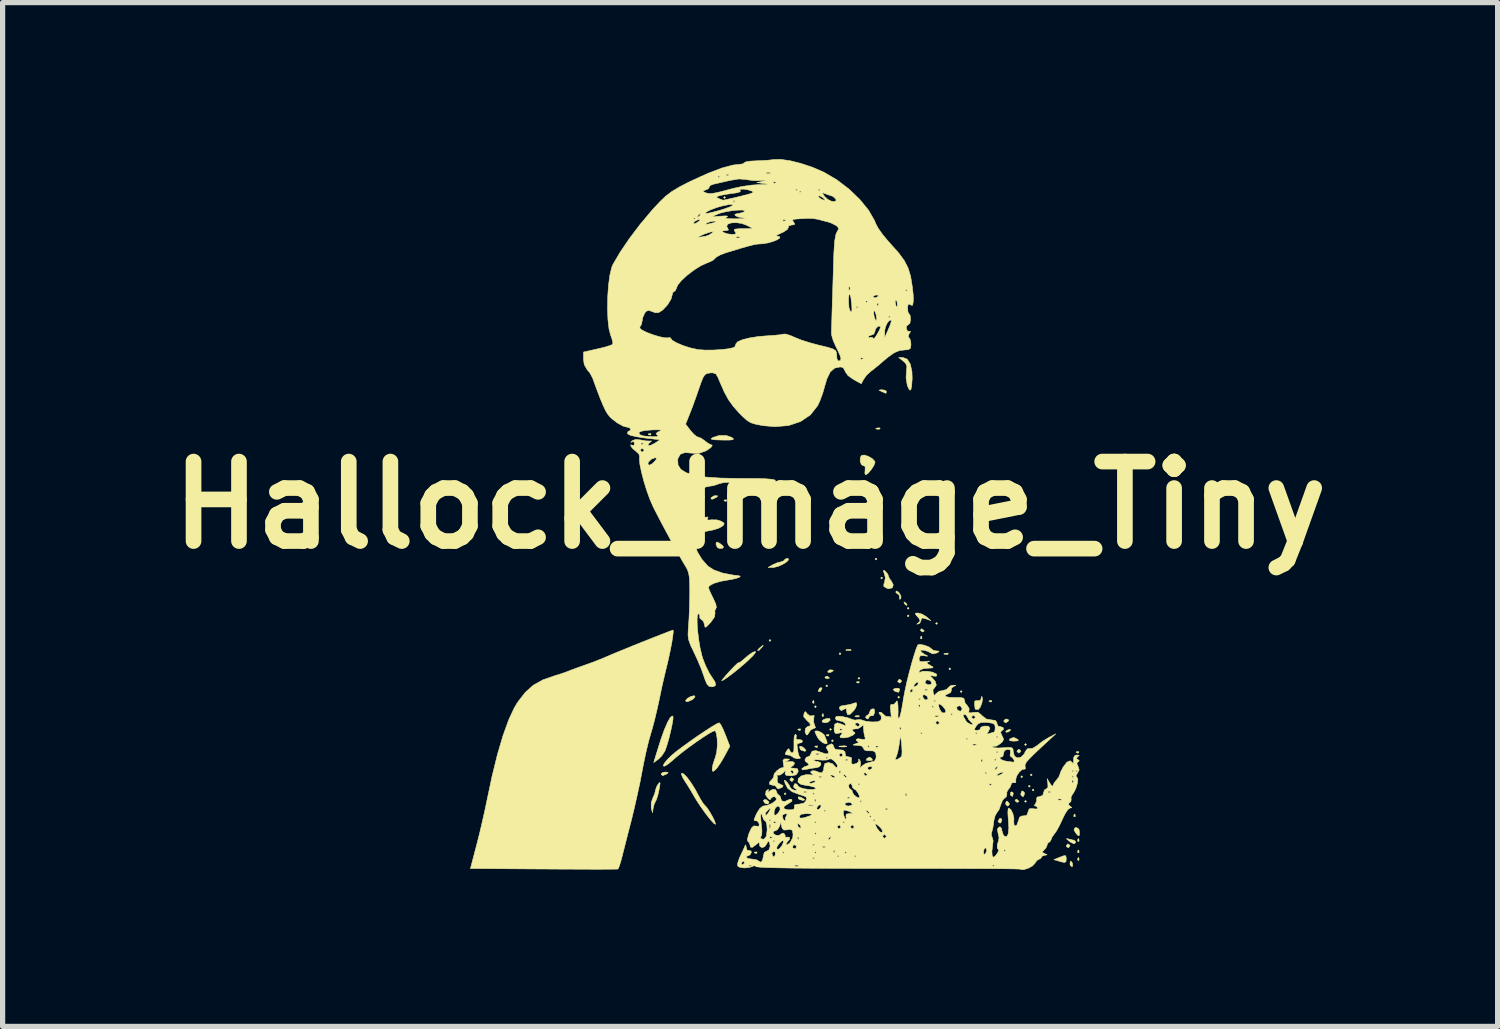
<source format=kicad_pcb>
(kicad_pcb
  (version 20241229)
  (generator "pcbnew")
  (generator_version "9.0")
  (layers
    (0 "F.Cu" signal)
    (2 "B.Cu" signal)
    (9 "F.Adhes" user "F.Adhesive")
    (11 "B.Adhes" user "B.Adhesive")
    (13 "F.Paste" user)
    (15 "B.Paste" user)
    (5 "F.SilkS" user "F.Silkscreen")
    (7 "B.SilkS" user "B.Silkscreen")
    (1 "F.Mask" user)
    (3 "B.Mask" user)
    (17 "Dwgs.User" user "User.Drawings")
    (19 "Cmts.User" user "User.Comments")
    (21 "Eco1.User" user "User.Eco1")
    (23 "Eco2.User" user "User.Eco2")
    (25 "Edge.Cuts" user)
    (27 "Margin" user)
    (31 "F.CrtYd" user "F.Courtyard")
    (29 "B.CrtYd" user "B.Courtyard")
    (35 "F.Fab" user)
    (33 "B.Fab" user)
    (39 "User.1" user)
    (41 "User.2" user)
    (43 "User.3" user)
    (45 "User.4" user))
  (footprint "Hallock_Image_Tiny"
    (layer "F.Cu")
    (at 11.328 6.632)
    (property "Reference" "Hallock_Image_Tiny" (at 0 0 0) (layer "F.SilkS") (effects (font (size 1.524 1.524) (thickness 0.3))))
    (attr through_hole)
    (fp_poly (pts (xy -0.472 -5.896) (xy -0.49 -5.878) (xy -0.508 -5.896) (xy -0.49 -5.915) (xy -0.472 -5.896)) (stroke (width 0.01) (type solid)) (fill yes) (layer "F.SilkS"))
    (fp_poly (pts (xy 0.399 2.594) (xy 0.381 2.613) (xy 0.363 2.594) (xy 0.381 2.576) (xy 0.399 2.594)) (stroke (width 0.01) (type solid)) (fill yes) (layer "F.SilkS"))
    (fp_poly (pts (xy 0.689 5.534) (xy 0.671 5.552) (xy 0.653 5.534) (xy 0.671 5.515) (xy 0.689 5.534)) (stroke (width 0.01) (type solid)) (fill yes) (layer "F.SilkS"))
    (fp_poly (pts (xy 1.27 3.864) (xy 1.252 3.883) (xy 1.234 3.864) (xy 1.252 3.846) (xy 1.27 3.864)) (stroke (width 0.01) (type solid)) (fill yes) (layer "F.SilkS"))
    (fp_poly (pts (xy 1.488 3.465) (xy 1.47 3.483) (xy 1.451 3.465) (xy 1.47 3.447) (xy 1.488 3.465)) (stroke (width 0.01) (type solid)) (fill yes) (layer "F.SilkS"))
    (fp_poly (pts (xy 1.56 4.3) (xy 1.542 4.318) (xy 1.524 4.3) (xy 1.542 4.282) (xy 1.56 4.3)) (stroke (width 0.01) (type solid)) (fill yes) (layer "F.SilkS"))
    (fp_poly (pts (xy 1.597 4.518) (xy 1.578 4.536) (xy 1.56 4.518) (xy 1.578 4.499) (xy 1.597 4.518)) (stroke (width 0.01) (type solid)) (fill yes) (layer "F.SilkS"))
    (fp_poly (pts (xy 1.742 2.848) (xy 1.724 2.867) (xy 1.705 2.848) (xy 1.724 2.83) (xy 1.742 2.848)) (stroke (width 0.01) (type solid)) (fill yes) (layer "F.SilkS"))
    (fp_poly (pts (xy 2.105 3.32) (xy 2.086 3.338) (xy 2.068 3.32) (xy 2.086 3.302) (xy 2.105 3.32)) (stroke (width 0.01) (type solid)) (fill yes) (layer "F.SilkS"))
    (fp_poly (pts (xy 2.431 1.034) (xy 2.413 1.052) (xy 2.395 1.034) (xy 2.413 1.016) (xy 2.431 1.034)) (stroke (width 0.01) (type solid)) (fill yes) (layer "F.SilkS"))
    (fp_poly (pts (xy 2.54 1.397) (xy 2.522 1.415) (xy 2.504 1.397) (xy 2.522 1.379) (xy 2.54 1.397)) (stroke (width 0.01) (type solid)) (fill yes) (layer "F.SilkS"))
    (fp_poly (pts (xy 2.867 3.683) (xy 2.848 3.701) (xy 2.83 3.683) (xy 2.848 3.665) (xy 2.867 3.683)) (stroke (width 0.01) (type solid)) (fill yes) (layer "F.SilkS"))
    (fp_poly (pts (xy 3.048 1.978) (xy 3.03 1.996) (xy 3.012 1.978) (xy 3.03 1.959) (xy 3.048 1.978)) (stroke (width 0.01) (type solid)) (fill yes) (layer "F.SilkS"))
    (fp_poly (pts (xy 3.048 2.123) (xy 3.03 2.141) (xy 3.012 2.123) (xy 3.03 2.105) (xy 3.048 2.123)) (stroke (width 0.01) (type solid)) (fill yes) (layer "F.SilkS"))
    (fp_poly (pts (xy 3.592 2.268) (xy 3.574 2.286) (xy 3.556 2.268) (xy 3.574 2.25) (xy 3.592 2.268)) (stroke (width 0.01) (type solid)) (fill yes) (layer "F.SilkS"))
    (fp_poly (pts (xy 3.846 3.139) (xy 3.828 3.157) (xy 3.81 3.139) (xy 3.828 3.121) (xy 3.846 3.139)) (stroke (width 0.01) (type solid)) (fill yes) (layer "F.SilkS"))
    (fp_poly (pts (xy 4.064 3.574) (xy 4.046 3.592) (xy 4.028 3.574) (xy 4.046 3.556) (xy 4.064 3.574)) (stroke (width 0.01) (type solid)) (fill yes) (layer "F.SilkS"))
    (fp_poly (pts (xy 5.225 5.207) (xy 5.207 5.225) (xy 5.189 5.207) (xy 5.207 5.189) (xy 5.225 5.207)) (stroke (width 0.01) (type solid)) (fill yes) (layer "F.SilkS"))
    (fp_poly (pts (xy 5.298 4.59) (xy 5.28 4.608) (xy 5.261 4.59) (xy 5.28 4.572) (xy 5.298 4.59)) (stroke (width 0.01) (type solid)) (fill yes) (layer "F.SilkS"))
    (fp_poly (pts (xy 5.298 5.679) (xy 5.28 5.697) (xy 5.261 5.679) (xy 5.28 5.661) (xy 5.298 5.679)) (stroke (width 0.01) (type solid)) (fill yes) (layer "F.SilkS"))
    (fp_poly (pts (xy 5.37 5.388) (xy 5.352 5.407) (xy 5.334 5.388) (xy 5.352 5.37) (xy 5.37 5.388)) (stroke (width 0.01) (type solid)) (fill yes) (layer "F.SilkS"))
    (fp_poly (pts (xy 5.407 5.171) (xy 5.388 5.189) (xy 5.37 5.171) (xy 5.388 5.153) (xy 5.407 5.171)) (stroke (width 0.01) (type solid)) (fill yes) (layer "F.SilkS"))
    (fp_poly (pts (xy 5.443 5.461) (xy 5.425 5.479) (xy 5.407 5.461) (xy 5.425 5.443) (xy 5.443 5.461)) (stroke (width 0.01) (type solid)) (fill yes) (layer "F.SilkS"))
    (fp_poly (pts (xy -1.899 -1.367) (xy -1.904 -1.345) (xy -1.923 -1.343) (xy -1.953 -1.356) (xy -1.947 -1.367) (xy -1.904 -1.371) (xy -1.899 -1.367)) (stroke (width 0.01) (type solid)) (fill yes) (layer "F.SilkS"))
    (fp_poly (pts (xy -0.448 -0.097) (xy -0.453 -0.075) (xy -0.472 -0.073) (xy -0.502 -0.086) (xy -0.496 -0.097) (xy -0.453 -0.101) (xy -0.448 -0.097)) (stroke (width 0.01) (type solid)) (fill yes) (layer "F.SilkS"))
    (fp_poly (pts (xy 0.133 6.652) (xy 0.128 6.674) (xy 0.109 6.677) (xy 0.079 6.663) (xy 0.085 6.652) (xy 0.128 6.648) (xy 0.133 6.652)) (stroke (width 0.01) (type solid)) (fill yes) (layer "F.SilkS"))
    (fp_poly (pts (xy 0.968 4.294) (xy 0.963 4.315) (xy 0.943 4.318) (xy 0.914 4.305) (xy 0.919 4.294) (xy 0.962 4.289) (xy 0.968 4.294)) (stroke (width 0.01) (type solid)) (fill yes) (layer "F.SilkS"))
    (fp_poly (pts (xy 1.222 3.75) (xy 1.226 3.793) (xy 1.222 3.798) (xy 1.2 3.793) (xy 1.197 3.774) (xy 1.211 3.744) (xy 1.222 3.75)) (stroke (width 0.01) (type solid)) (fill yes) (layer "F.SilkS"))
    (fp_poly (pts (xy 1.294 4.62) (xy 1.289 4.642) (xy 1.27 4.645) (xy 1.24 4.631) (xy 1.246 4.62) (xy 1.289 4.616) (xy 1.294 4.62)) (stroke (width 0.01) (type solid)) (fill yes) (layer "F.SilkS"))
    (fp_poly (pts (xy 1.403 4.004) (xy 1.407 4.047) (xy 1.403 4.052) (xy 1.381 4.047) (xy 1.379 4.028) (xy 1.392 3.998) (xy 1.403 4.004)) (stroke (width 0.01) (type solid)) (fill yes) (layer "F.SilkS"))
    (fp_poly (pts (xy 1.512 4.403) (xy 1.507 4.424) (xy 1.488 4.427) (xy 1.458 4.414) (xy 1.464 4.403) (xy 1.507 4.398) (xy 1.512 4.403)) (stroke (width 0.01) (type solid)) (fill yes) (layer "F.SilkS"))
    (fp_poly (pts (xy 1.932 2.77) (xy 1.937 2.783) (xy 1.887 2.788) (xy 1.835 2.783) (xy 1.841 2.77) (xy 1.916 2.765) (xy 1.932 2.77)) (stroke (width 0.01) (type solid)) (fill yes) (layer "F.SilkS"))
    (fp_poly (pts (xy 2.092 3.387) (xy 2.087 3.408) (xy 2.068 3.411) (xy 2.038 3.398) (xy 2.044 3.387) (xy 2.087 3.382) (xy 2.092 3.387)) (stroke (width 0.01) (type solid)) (fill yes) (layer "F.SilkS"))
    (fp_poly (pts (xy 2.095 4.042) (xy 2.084 4.059) (xy 2.047 4.061) (xy 2.008 4.052) (xy 2.025 4.039) (xy 2.082 4.035) (xy 2.095 4.042)) (stroke (width 0.01) (type solid)) (fill yes) (layer "F.SilkS"))
    (fp_poly (pts (xy 2.494 -1.473) (xy 2.483 -1.457) (xy 2.446 -1.454) (xy 2.408 -1.463) (xy 2.424 -1.476) (xy 2.481 -1.481) (xy 2.494 -1.473)) (stroke (width 0.01) (type solid)) (fill yes) (layer "F.SilkS"))
    (fp_poly (pts (xy 3.29 2.516) (xy 3.294 2.559) (xy 3.29 2.564) (xy 3.268 2.559) (xy 3.266 2.54) (xy 3.279 2.51) (xy 3.29 2.516)) (stroke (width 0.01) (type solid)) (fill yes) (layer "F.SilkS"))
    (fp_poly (pts (xy 3.8 2.845) (xy 3.789 2.861) (xy 3.753 2.864) (xy 3.714 2.855) (xy 3.731 2.842) (xy 3.787 2.837) (xy 3.8 2.845)) (stroke (width 0.01) (type solid)) (fill yes) (layer "F.SilkS"))
    (fp_poly (pts (xy 4.632 3.75) (xy 4.627 3.771) (xy 4.608 3.774) (xy 4.578 3.76) (xy 4.584 3.75) (xy 4.627 3.745) (xy 4.632 3.75)) (stroke (width 0.01) (type solid)) (fill yes) (layer "F.SilkS"))
    (fp_poly (pts (xy 6.229 5.927) (xy 6.233 5.97) (xy 6.229 5.975) (xy 6.207 5.97) (xy 6.205 5.951) (xy 6.218 5.921) (xy 6.229 5.927)) (stroke (width 0.01) (type solid)) (fill yes) (layer "F.SilkS"))
    (fp_poly (pts (xy 6.302 4.729) (xy 6.297 4.751) (xy 6.277 4.753) (xy 6.248 4.74) (xy 6.253 4.729) (xy 6.296 4.725) (xy 6.302 4.729)) (stroke (width 0.01) (type solid)) (fill yes) (layer "F.SilkS"))
    (fp_poly (pts (xy 6.302 6.398) (xy 6.306 6.441) (xy 6.302 6.447) (xy 6.28 6.442) (xy 6.277 6.423) (xy 6.291 6.393) (xy 6.302 6.398)) (stroke (width 0.01) (type solid)) (fill yes) (layer "F.SilkS"))
    (fp_poly (pts (xy 6.302 6.616) (xy 6.306 6.659) (xy 6.302 6.664) (xy 6.28 6.659) (xy 6.277 6.64) (xy 6.291 6.61) (xy 6.302 6.616)) (stroke (width 0.01) (type solid)) (fill yes) (layer "F.SilkS"))
    (fp_poly (pts (xy 6.302 6.761) (xy 6.306 6.804) (xy 6.302 6.81) (xy 6.28 6.805) (xy 6.277 6.785) (xy 6.291 6.756) (xy 6.302 6.761)) (stroke (width 0.01) (type solid)) (fill yes) (layer "F.SilkS"))
    (fp_poly (pts (xy 1.49 3.285) (xy 1.522 3.315) (xy 1.485 3.326) (xy 1.471 3.326) (xy 1.435 3.31) (xy 1.437 3.295) (xy 1.479 3.281) (xy 1.49 3.285)) (stroke (width 0.01) (type solid)) (fill yes) (layer "F.SilkS"))
    (fp_poly (pts (xy 2.97 1.865) (xy 3.009 1.902) (xy 3.001 1.923) (xy 2.996 1.923) (xy 2.965 1.897) (xy 2.954 1.881) (xy 2.95 1.856) (xy 2.97 1.865)) (stroke (width 0.01) (type solid)) (fill yes) (layer "F.SilkS"))
    (fp_poly (pts (xy 4.989 4.318) (xy 4.95 4.348) (xy 4.909 4.354) (xy 4.899 4.34) (xy 4.927 4.317) (xy 4.955 4.304) (xy 4.992 4.302) (xy 4.989 4.318)) (stroke (width 0.01) (type solid)) (fill yes) (layer "F.SilkS"))
    (fp_poly (pts (xy 5.038 5.506) (xy 5.044 5.531) (xy 5.032 5.584) (xy 5 5.568) (xy 4.991 5.554) (xy 4.995 5.508) (xy 5.007 5.498) (xy 5.038 5.506)) (stroke (width 0.01) (type solid)) (fill yes) (layer "F.SilkS"))
    (fp_poly (pts (xy -1.571 5.123) (xy -1.584 5.144) (xy -1.597 5.153) (xy -1.672 5.186) (xy -1.704 5.165) (xy -1.705 5.153) (xy -1.675 5.124) (xy -1.624 5.117) (xy -1.571 5.123)) (stroke (width 0.01) (type solid)) (fill yes) (layer "F.SilkS"))
    (fp_poly (pts (xy -0.619 -0.175) (xy -0.646 -0.15) (xy -0.653 -0.145) (xy -0.72 -0.113) (xy -0.751 -0.118) (xy -0.744 -0.145) (xy -0.692 -0.177) (xy -0.66 -0.181) (xy -0.619 -0.175)) (stroke (width 0.01) (type solid)) (fill yes) (layer "F.SilkS"))
    (fp_poly (pts (xy 0.243 2.704) (xy 0.222 2.731) (xy 0.169 2.787) (xy 0.146 2.787) (xy 0.145 2.78) (xy 0.17 2.75) (xy 0.209 2.717) (xy 0.252 2.685) (xy 0.243 2.704)) (stroke (width 0.01) (type solid)) (fill yes) (layer "F.SilkS"))
    (fp_poly (pts (xy 0.308 5.647) (xy 0.356 5.683) (xy 0.363 5.701) (xy 0.339 5.731) (xy 0.289 5.718) (xy 0.278 5.709) (xy 0.254 5.661) (xy 0.284 5.642) (xy 0.308 5.647)) (stroke (width 0.01) (type solid)) (fill yes) (layer "F.SilkS"))
    (fp_poly (pts (xy 0.834 5.253) (xy 0.835 5.261) (xy 0.807 5.297) (xy 0.798 5.298) (xy 0.763 5.27) (xy 0.762 5.261) (xy 0.79 5.226) (xy 0.798 5.225) (xy 0.834 5.253)) (stroke (width 0.01) (type solid)) (fill yes) (layer "F.SilkS"))
    (fp_poly (pts (xy 0.966 5.598) (xy 1.016 5.624) (xy 1.05 5.652) (xy 1.017 5.66) (xy 1.009 5.66) (xy 0.943 5.642) (xy 0.925 5.624) (xy 0.922 5.592) (xy 0.966 5.598)) (stroke (width 0.01) (type solid)) (fill yes) (layer "F.SilkS"))
    (fp_poly (pts (xy 1.376 3.503) (xy 1.379 3.515) (xy 1.352 3.567) (xy 1.343 3.574) (xy 1.309 3.572) (xy 1.306 3.56) (xy 1.333 3.509) (xy 1.343 3.502) (xy 1.376 3.503)) (stroke (width 0.01) (type solid)) (fill yes) (layer "F.SilkS"))
    (fp_poly (pts (xy 1.535 4.124) (xy 1.495 4.16) (xy 1.435 4.173) (xy 1.387 4.16) (xy 1.379 4.141) (xy 1.41 4.11) (xy 1.466 4.092) (xy 1.529 4.091) (xy 1.535 4.124)) (stroke (width 0.01) (type solid)) (fill yes) (layer "F.SilkS"))
    (fp_poly (pts (xy 1.591 3.165) (xy 1.597 3.171) (xy 1.568 3.195) (xy 1.542 3.206) (xy 1.495 3.207) (xy 1.488 3.192) (xy 1.517 3.161) (xy 1.542 3.157) (xy 1.591 3.165)) (stroke (width 0.01) (type solid)) (fill yes) (layer "F.SilkS"))
    (fp_poly (pts (xy 1.841 4.62) (xy 1.853 4.63) (xy 1.803 4.636) (xy 1.778 4.636) (xy 1.712 4.632) (xy 1.704 4.623) (xy 1.714 4.62) (xy 1.807 4.614) (xy 1.841 4.62)) (stroke (width 0.01) (type solid)) (fill yes) (layer "F.SilkS"))
    (fp_poly (pts (xy 2.33 4.855) (xy 2.347 4.888) (xy 2.303 4.898) (xy 2.286 4.899) (xy 2.228 4.891) (xy 2.234 4.864) (xy 2.242 4.855) (xy 2.292 4.83) (xy 2.33 4.855)) (stroke (width 0.01) (type solid)) (fill yes) (layer "F.SilkS"))
    (fp_poly (pts (xy 2.854 3.511) (xy 2.867 3.541) (xy 2.848 3.588) (xy 2.789 3.575) (xy 2.764 3.56) (xy 2.742 3.533) (xy 2.786 3.511) (xy 2.791 3.51) (xy 2.854 3.511)) (stroke (width 0.01) (type solid)) (fill yes) (layer "F.SilkS"))
    (fp_poly (pts (xy 2.902 3.366) (xy 2.903 3.375) (xy 2.875 3.41) (xy 2.867 3.411) (xy 2.831 3.383) (xy 2.83 3.375) (xy 2.858 3.339) (xy 2.867 3.338) (xy 2.902 3.366)) (stroke (width 0.01) (type solid)) (fill yes) (layer "F.SilkS"))
    (fp_poly (pts (xy 3.302 2.377) (xy 3.337 2.409) (xy 3.338 2.415) (xy 3.31 2.431) (xy 3.302 2.431) (xy 3.267 2.403) (xy 3.266 2.393) (xy 3.288 2.371) (xy 3.302 2.377)) (stroke (width 0.01) (type solid)) (fill yes) (layer "F.SilkS"))
    (fp_poly (pts (xy 4.821 6.014) (xy 4.826 6.039) (xy 4.807 6.089) (xy 4.79 6.096) (xy 4.754 6.07) (xy 4.753 6.062) (xy 4.78 6.013) (xy 4.79 6.005) (xy 4.821 6.014)) (stroke (width 0.01) (type solid)) (fill yes) (layer "F.SilkS"))
    (fp_poly (pts (xy 4.935 5.679) (xy 4.97 5.725) (xy 4.971 5.735) (xy 4.943 5.768) (xy 4.935 5.769) (xy 4.903 5.74) (xy 4.899 5.713) (xy 4.916 5.675) (xy 4.935 5.679)) (stroke (width 0.01) (type solid)) (fill yes) (layer "F.SilkS"))
    (fp_poly (pts (xy 4.956 4.118) (xy 4.953 4.137) (xy 4.907 4.171) (xy 4.896 4.173) (xy 4.863 4.145) (xy 4.862 4.137) (xy 4.892 4.105) (xy 4.919 4.1) (xy 4.956 4.118)) (stroke (width 0.01) (type solid)) (fill yes) (layer "F.SilkS"))
    (fp_poly (pts (xy 5.116 5.642) (xy 5.151 5.675) (xy 5.153 5.681) (xy 5.124 5.696) (xy 5.116 5.697) (xy 5.081 5.669) (xy 5.08 5.658) (xy 5.102 5.637) (xy 5.116 5.642)) (stroke (width 0.01) (type solid)) (fill yes) (layer "F.SilkS"))
    (fp_poly (pts (xy 5.188 4.708) (xy 5.189 4.717) (xy 5.161 4.752) (xy 5.153 4.753) (xy 5.117 4.726) (xy 5.116 4.717) (xy 5.144 4.682) (xy 5.153 4.681) (xy 5.188 4.708)) (stroke (width 0.01) (type solid)) (fill yes) (layer "F.SilkS"))
    (fp_poly (pts (xy 5.257 5.509) (xy 5.261 5.534) (xy 5.242 5.582) (xy 5.225 5.588) (xy 5.193 5.559) (xy 5.189 5.534) (xy 5.208 5.485) (xy 5.225 5.479) (xy 5.257 5.509)) (stroke (width 0.01) (type solid)) (fill yes) (layer "F.SilkS"))
    (fp_poly (pts (xy 6.131 6.523) (xy 6.132 6.531) (xy 6.105 6.567) (xy 6.096 6.568) (xy 6.061 6.54) (xy 6.06 6.531) (xy 6.087 6.496) (xy 6.096 6.495) (xy 6.131 6.523)) (stroke (width 0.01) (type solid)) (fill yes) (layer "F.SilkS"))
    (fp_poly (pts (xy 6.17 6.85) (xy 6.182 6.876) (xy 6.182 6.923) (xy 6.167 6.931) (xy 6.136 6.901) (xy 6.132 6.876) (xy 6.14 6.828) (xy 6.147 6.822) (xy 6.17 6.85)) (stroke (width 0.01) (type solid)) (fill yes) (layer "F.SilkS"))
    (fp_poly (pts (xy 6.303 6.212) (xy 6.314 6.265) (xy 6.31 6.334) (xy 6.29 6.337) (xy 6.25 6.296) (xy 6.208 6.226) (xy 6.226 6.187) (xy 6.259 6.181) (xy 6.303 6.212)) (stroke (width 0.01) (type solid)) (fill yes) (layer "F.SilkS"))
    (fp_poly (pts (xy -1.054 3.674) (xy -1.092 3.718) (xy -1.122 3.736) (xy -1.199 3.77) (xy -1.231 3.761) (xy -1.234 3.743) (xy -1.204 3.708) (xy -1.143 3.671) (xy -1.072 3.653) (xy -1.054 3.674)) (stroke (width 0.01) (type solid)) (fill yes) (layer "F.SilkS"))
    (fp_poly (pts (xy 1.035 4.658) (xy 1.035 4.658) (xy 1.073 4.703) (xy 1.056 4.717) (xy 1.039 4.717) (xy 0.975 4.695) (xy 0.96 4.678) (xy 0.947 4.63) (xy 0.979 4.621) (xy 1.035 4.658)) (stroke (width 0.01) (type solid)) (fill yes) (layer "F.SilkS"))
    (fp_poly (pts (xy 2.595 -2.199) (xy 2.613 -2.177) (xy 2.606 -2.144) (xy 2.603 -2.143) (xy 2.567 -2.158) (xy 2.522 -2.177) (xy 2.473 -2.201) (xy 2.492 -2.209) (xy 2.531 -2.211) (xy 2.595 -2.199)) (stroke (width 0.01) (type solid)) (fill yes) (layer "F.SilkS"))
    (fp_poly (pts (xy 5.089 4.468) (xy 5.143 4.502) (xy 5.134 4.519) (xy 5.058 4.524) (xy 5.048 4.524) (xy 4.979 4.517) (xy 4.973 4.493) (xy 4.984 4.479) (xy 5.049 4.454) (xy 5.089 4.468)) (stroke (width 0.01) (type solid)) (fill yes) (layer "F.SilkS"))
    (fp_poly (pts (xy -0.596 0.725) (xy -0.581 0.734) (xy -0.524 0.78) (xy -0.508 0.807) (xy -0.535 0.831) (xy -0.591 0.83) (xy -0.629 0.81) (xy -0.652 0.755) (xy -0.653 0.738) (xy -0.642 0.708) (xy -0.596 0.725)) (stroke (width 0.01) (type solid)) (fill yes) (layer "F.SilkS"))
    (fp_poly (pts (xy 6.059 6.757) (xy 6.06 6.785) (xy 6.055 6.835) (xy 6.027 6.851) (xy 5.957 6.836) (xy 5.915 6.823) (xy 5.824 6.796) (xy 5.926 6.754) (xy 6.012 6.722) (xy 6.05 6.721) (xy 6.059 6.757)) (stroke (width 0.01) (type solid)) (fill yes) (layer "F.SilkS"))
    (fp_poly (pts (xy 6.108 6.401) (xy 6.181 6.419) (xy 6.208 6.423) (xy 6.24 6.45) (xy 6.241 6.459) (xy 6.219 6.493) (xy 6.158 6.471) (xy 6.112 6.438) (xy 6.066 6.397) (xy 6.076 6.392) (xy 6.108 6.401)) (stroke (width 0.01) (type solid)) (fill yes) (layer "F.SilkS"))
    (fp_poly (pts (xy 2.853 1.676) (xy 2.891 1.741) (xy 2.892 1.784) (xy 2.871 1.808) (xy 2.865 1.796) (xy 2.862 1.736) (xy 2.862 1.733) (xy 2.839 1.706) (xy 2.83 1.705) (xy 2.796 1.677) (xy 2.794 1.661) (xy 2.812 1.645) (xy 2.853 1.676)) (stroke (width 0.01) (type solid)) (fill yes) (layer "F.SilkS"))
    (fp_poly (pts (xy -0.459 -1.335) (xy -0.349 -1.296) (xy -0.345 -1.293) (xy -0.318 -1.267) (xy -0.33 -1.253) (xy -0.393 -1.247) (xy -0.517 -1.247) (xy -0.535 -1.247) (xy -0.666 -1.251) (xy -0.733 -1.259) (xy -0.747 -1.272) (xy -0.717 -1.294) (xy -0.714 -1.296) (xy -0.592 -1.335) (xy -0.459 -1.335)) (stroke (width 0.01) (type solid)) (fill yes) (layer "F.SilkS"))
    (fp_poly (pts (xy 0.728 1.023) (xy 0.738 1.049) (xy 0.699 1.089) (xy 0.628 1.134) (xy 0.543 1.172) (xy 0.461 1.194) (xy 0.435 1.196) (xy 0.345 1.195) (xy 0.435 1.143) (xy 0.523 1.104) (xy 0.587 1.09) (xy 0.647 1.067) (xy 0.661 1.047) (xy 0.701 1.02) (xy 0.728 1.023)) (stroke (width 0.01) (type solid)) (fill yes) (layer "F.SilkS"))
    (fp_poly (pts (xy 1.36 4.356) (xy 1.417 4.4) (xy 1.43 4.421) (xy 1.461 4.501) (xy 1.473 4.527) (xy 1.477 4.57) (xy 1.443 4.576) (xy 1.387 4.551) (xy 1.329 4.502) (xy 1.296 4.458) (xy 1.257 4.381) (xy 1.242 4.336) (xy 1.243 4.333) (xy 1.291 4.328) (xy 1.36 4.356)) (stroke (width 0.01) (type solid)) (fill yes) (layer "F.SilkS"))
    (fp_poly (pts (xy 2.38 3.909) (xy 2.387 3.971) (xy 2.365 4.033) (xy 2.333 4.038) (xy 2.291 4.044) (xy 2.286 4.06) (xy 2.261 4.098) (xy 2.25 4.1) (xy 2.214 4.073) (xy 2.213 4.064) (xy 2.241 4.029) (xy 2.25 4.028) (xy 2.283 3.999) (xy 2.286 3.977) (xy 2.315 3.921) (xy 2.34 3.906) (xy 2.38 3.909)) (stroke (width 0.01) (type solid)) (fill yes) (layer "F.SilkS"))
    (fp_poly (pts (xy 2.593 1.269) (xy 2.64 1.325) (xy 2.649 1.353) (xy 2.671 1.408) (xy 2.707 1.455) (xy 2.745 1.53) (xy 2.725 1.586) (xy 2.66 1.603) (xy 2.62 1.593) (xy 2.563 1.559) (xy 2.565 1.509) (xy 2.575 1.491) (xy 2.593 1.391) (xy 2.575 1.321) (xy 2.554 1.256) (xy 2.565 1.248) (xy 2.593 1.269)) (stroke (width 0.01) (type solid)) (fill yes) (layer "F.SilkS"))
    (fp_poly (pts (xy 3.012 -2.797) (xy 3.071 -2.703) (xy 3.103 -2.556) (xy 3.107 -2.424) (xy 3.097 -2.28) (xy 3.08 -2.207) (xy 3.055 -2.207) (xy 3.021 -2.277) (xy 3.013 -2.299) (xy 2.99 -2.438) (xy 2.997 -2.561) (xy 3.006 -2.658) (xy 2.982 -2.719) (xy 2.935 -2.762) (xy 2.848 -2.829) (xy 2.929 -2.829) (xy 3.012 -2.797)) (stroke (width 0.01) (type solid)) (fill yes) (layer "F.SilkS"))
    (fp_poly (pts (xy 4.445 3.671) (xy 4.456 3.722) (xy 4.441 3.801) (xy 4.41 3.877) (xy 4.374 3.918) (xy 4.368 3.919) (xy 4.32 3.913) (xy 4.315 3.91) (xy 4.309 3.871) (xy 4.303 3.816) (xy 4.308 3.755) (xy 4.351 3.747) (xy 4.36 3.749) (xy 4.416 3.743) (xy 4.427 3.71) (xy 4.436 3.67) (xy 4.445 3.671)) (stroke (width 0.01) (type solid)) (fill yes) (layer "F.SilkS"))
    (fp_poly (pts (xy -1.725 5.329) (xy -1.734 5.398) (xy -1.745 5.457) (xy -1.77 5.569) (xy -1.798 5.652) (xy -1.811 5.675) (xy -1.841 5.74) (xy -1.857 5.806) (xy -1.87 5.896) (xy -1.895 5.809) (xy -1.895 5.703) (xy -1.867 5.621) (xy -1.829 5.533) (xy -1.814 5.47) (xy -1.794 5.403) (xy -1.763 5.35) (xy -1.734 5.317) (xy -1.725 5.329)) (stroke (width 0.01) (type solid)) (fill yes) (layer "F.SilkS"))
    (fp_poly (pts (xy -1.477 4.052) (xy -1.477 4.1) (xy -1.493 4.197) (xy -1.52 4.325) (xy -1.554 4.465) (xy -1.591 4.595) (xy -1.626 4.697) (xy -1.632 4.713) (xy -1.693 4.807) (xy -1.76 4.872) (xy -1.847 4.935) (xy -1.795 4.763) (xy -1.717 4.514) (xy -1.646 4.312) (xy -1.582 4.163) (xy -1.53 4.071) (xy -1.491 4.042) (xy -1.477 4.052)) (stroke (width 0.01) (type solid)) (fill yes) (layer "F.SilkS"))
    (fp_poly (pts (xy 2.046 3.823) (xy 2.022 3.889) (xy 1.993 3.933) (xy 1.919 4.009) (xy 1.871 4.02) (xy 1.851 3.966) (xy 1.851 3.951) (xy 1.842 3.899) (xy 1.808 3.909) (xy 1.799 3.916) (xy 1.748 3.939) (xy 1.723 3.918) (xy 1.709 3.875) (xy 1.744 3.851) (xy 1.837 3.835) (xy 1.928 3.819) (xy 1.986 3.798) (xy 2.034 3.787) (xy 2.046 3.823)) (stroke (width 0.01) (type solid)) (fill yes) (layer "F.SilkS"))
    (fp_poly (pts (xy 2.266 -0.935) (xy 2.344 -0.889) (xy 2.391 -0.838) (xy 2.395 -0.82) (xy 2.374 -0.761) (xy 2.325 -0.684) (xy 2.267 -0.615) (xy 2.22 -0.581) (xy 2.216 -0.581) (xy 2.2 -0.611) (xy 2.205 -0.673) (xy 2.206 -0.742) (xy 2.173 -0.754) (xy 2.134 -0.775) (xy 2.111 -0.837) (xy 2.112 -0.908) (xy 2.134 -0.951) (xy 2.187 -0.96) (xy 2.266 -0.935)) (stroke (width 0.01) (type solid)) (fill yes) (layer "F.SilkS"))
    (fp_poly (pts (xy 3.3 2.091) (xy 3.38 2.141) (xy 3.465 2.214) (xy 3.37 2.18) (xy 3.301 2.163) (xy 3.279 2.184) (xy 3.279 2.203) (xy 3.254 2.262) (xy 3.229 2.276) (xy 3.194 2.283) (xy 3.22 2.26) (xy 3.228 2.255) (xy 3.259 2.22) (xy 3.241 2.175) (xy 3.213 2.143) (xy 3.168 2.089) (xy 3.174 2.071) (xy 3.22 2.068) (xy 3.3 2.091)) (stroke (width 0.01) (type solid)) (fill yes) (layer "F.SilkS"))
    (fp_poly (pts (xy 0.104 2.824) (xy 0.059 2.882) (xy -0.031 2.971) (xy -0.096 3.03) (xy -0.213 3.13) (xy -0.329 3.223) (xy -0.432 3.3) (xy -0.507 3.351) (xy -0.543 3.366) (xy -0.544 3.364) (xy -0.522 3.333) (xy -0.462 3.263) (xy -0.381 3.173) (xy -0.299 3.087) (xy -0.241 3.032) (xy -0.218 3.02) (xy -0.218 3.02) (xy -0.195 3.014) (xy -0.138 2.97) (xy -0.118 2.952) (xy -0.034 2.881) (xy 0.039 2.829) (xy 0.045 2.825) (xy 0.101 2.804) (xy 0.104 2.824)) (stroke (width 0.01) (type solid)) (fill yes) (layer "F.SilkS"))
    (fp_poly (pts (xy 1.08 3.979) (xy 1.092 3.999) (xy 1.148 4.042) (xy 1.187 4.038) (xy 1.229 4.034) (xy 1.222 4.078) (xy 1.218 4.161) (xy 1.235 4.212) (xy 1.254 4.266) (xy 1.221 4.282) (xy 1.216 4.282) (xy 1.159 4.312) (xy 1.131 4.356) (xy 1.1 4.404) (xy 1.078 4.404) (xy 1.053 4.345) (xy 1.062 4.28) (xy 1.101 4.246) (xy 1.107 4.245) (xy 1.156 4.227) (xy 1.147 4.182) (xy 1.084 4.123) (xy 1.028 4.057) (xy 1.032 4.003) (xy 1.055 3.957) (xy 1.08 3.979)) (stroke (width 0.01) (type solid)) (fill yes) (layer "F.SilkS"))
    (fp_poly (pts (xy -1.273 5.153) (xy -1.208 5.219) (xy -1.131 5.324) (xy -1.049 5.455) (xy -1.003 5.542) (xy -0.945 5.647) (xy -0.896 5.724) (xy -0.872 5.751) (xy -0.831 5.795) (xy -0.777 5.875) (xy -0.723 5.968) (xy -0.681 6.054) (xy -0.662 6.11) (xy -0.664 6.119) (xy -0.693 6.102) (xy -0.753 6.038) (xy -0.831 5.939) (xy -0.854 5.909) (xy -0.944 5.783) (xy -1.023 5.664) (xy -1.076 5.576) (xy -1.079 5.57) (xy -1.135 5.473) (xy -1.208 5.355) (xy -1.239 5.309) (xy -1.293 5.22) (xy -1.317 5.156) (xy -1.314 5.139) (xy -1.273 5.153)) (stroke (width 0.01) (type solid)) (fill yes) (layer "F.SilkS"))
    (fp_poly (pts (xy 0.889 4.417) (xy 0.883 4.448) (xy 0.883 4.491) (xy 0.926 4.493) (xy 0.987 4.503) (xy 1.005 4.523) (xy 0.989 4.555) (xy 0.954 4.559) (xy 0.904 4.577) (xy 0.901 4.608) (xy 0.913 4.69) (xy 0.917 4.735) (xy 0.938 4.808) (xy 0.96 4.835) (xy 0.961 4.855) (xy 0.918 4.862) (xy 0.845 4.847) (xy 0.816 4.826) (xy 0.765 4.796) (xy 0.723 4.79) (xy 0.675 4.782) (xy 0.682 4.744) (xy 0.698 4.716) (xy 0.734 4.669) (xy 0.753 4.685) (xy 0.756 4.698) (xy 0.785 4.746) (xy 0.823 4.745) (xy 0.839 4.708) (xy 0.841 4.643) (xy 0.841 4.544) (xy 0.84 4.527) (xy 0.846 4.439) (xy 0.865 4.393) (xy 0.871 4.391) (xy 0.889 4.417)) (stroke (width 0.01) (type solid)) (fill yes) (layer "F.SilkS"))
    (fp_poly (pts (xy -0.565 4.204) (xy -0.522 4.286) (xy -0.475 4.398) (xy -0.388 4.622) (xy -0.493 4.817) (xy -0.561 4.933) (xy -0.625 5.027) (xy -0.662 5.07) (xy -0.71 5.107) (xy -0.725 5.087) (xy -0.726 5.054) (xy -0.712 4.974) (xy -0.678 4.867) (xy -0.667 4.84) (xy -0.64 4.737) (xy -0.628 4.607) (xy -0.631 4.478) (xy -0.647 4.373) (xy -0.67 4.325) (xy -0.708 4.334) (xy -0.791 4.38) (xy -0.905 4.453) (xy -1.038 4.544) (xy -1.178 4.645) (xy -1.312 4.746) (xy -1.426 4.84) (xy -1.469 4.878) (xy -1.569 4.962) (xy -1.637 5.004) (xy -1.665 5.001) (xy -1.648 4.955) (xy -1.588 4.88) (xy -1.505 4.798) (xy -1.419 4.726) (xy -1.298 4.635) (xy -1.156 4.532) (xy -1.007 4.428) (xy -0.862 4.331) (xy -0.737 4.25) (xy -0.642 4.194) (xy -0.593 4.173) (xy -0.592 4.173) (xy -0.565 4.204)) (stroke (width 0.01) (type solid)) (fill yes) (layer "F.SilkS"))
    (fp_poly (pts (xy 0.755 4.869) (xy 0.743 4.884) (xy 0.708 4.902) (xy 0.667 4.924) (xy 0.689 4.925) (xy 0.733 4.917) (xy 0.816 4.916) (xy 0.854 4.943) (xy 0.834 4.985) (xy 0.808 5.004) (xy 0.771 5.031) (xy 0.796 5.041) (xy 0.84 5.043) (xy 0.909 5.054) (xy 0.922 5.094) (xy 0.918 5.116) (xy 0.882 5.17) (xy 0.801 5.188) (xy 0.777 5.189) (xy 0.696 5.182) (xy 0.67 5.155) (xy 0.675 5.125) (xy 0.681 5.102) (xy 0.774 5.102) (xy 0.78 5.116) (xy 0.813 5.151) (xy 0.819 5.153) (xy 0.834 5.124) (xy 0.835 5.116) (xy 0.807 5.081) (xy 0.796 5.08) (xy 0.774 5.102) (xy 0.681 5.102) (xy 0.686 5.082) (xy 0.668 5.096) (xy 0.643 5.126) (xy 0.581 5.172) (xy 0.54 5.177) (xy 0.508 5.173) (xy 0.513 5.178) (xy 0.525 5.22) (xy 0.519 5.26) (xy 0.529 5.323) (xy 0.582 5.353) (xy 0.634 5.377) (xy 0.621 5.404) (xy 0.613 5.41) (xy 0.54 5.441) (xy 0.509 5.417) (xy 0.508 5.407) (xy 0.478 5.377) (xy 0.435 5.37) (xy 0.373 5.353) (xy 0.374 5.308) (xy 0.417 5.262) (xy 0.454 5.213) (xy 0.454 5.19) (xy 0.464 5.148) (xy 0.512 5.093) (xy 0.574 5.047) (xy 0.624 5.03) (xy 0.634 5.034) (xy 0.648 5.025) (xy 0.64 4.964) (xy 0.639 4.962) (xy 0.63 4.891) (xy 0.659 4.866) (xy 0.698 4.865) (xy 0.755 4.869)) (stroke (width 0.01) (type solid)) (fill yes) (layer "F.SilkS"))
    (fp_poly (pts (xy -1.472 2.428) (xy -1.482 2.516) (xy -1.502 2.644) (xy -1.532 2.796) (xy -1.566 2.957) (xy -1.599 3.094) (xy -1.639 3.26) (xy -1.686 3.464) (xy -1.729 3.668) (xy -1.744 3.741) (xy -1.787 3.936) (xy -1.837 4.143) (xy -1.887 4.327) (xy -1.905 4.385) (xy -1.948 4.538) (xy -1.995 4.735) (xy -2.04 4.947) (xy -2.069 5.098) (xy -2.107 5.298) (xy -2.159 5.54) (xy -2.217 5.798) (xy -2.276 6.043) (xy -2.29 6.096) (xy -2.343 6.301) (xy -2.392 6.494) (xy -2.434 6.658) (xy -2.464 6.776) (xy -2.474 6.814) (xy -2.503 6.909) (xy -2.528 6.969) (xy -2.536 6.977) (xy -2.576 6.978) (xy -2.681 6.979) (xy -2.842 6.98) (xy -3.052 6.98) (xy -3.302 6.979) (xy -3.585 6.978) (xy -3.893 6.976) (xy -3.959 6.976) (xy -5.36 6.966) (xy -5.239 6.504) (xy -5.183 6.284) (xy -5.127 6.044) (xy -5.076 5.816) (xy -5.044 5.661) (xy -4.945 5.194) (xy -4.842 4.778) (xy -4.736 4.418) (xy -4.628 4.119) (xy -4.519 3.884) (xy -4.455 3.778) (xy -4.309 3.589) (xy -4.154 3.451) (xy -3.968 3.348) (xy -3.737 3.268) (xy -3.622 3.233) (xy -3.526 3.199) (xy -3.502 3.19) (xy -3.433 3.163) (xy -3.319 3.121) (xy -3.181 3.072) (xy -3.157 3.063) (xy -3.003 3.008) (xy -2.856 2.95) (xy -2.745 2.903) (xy -2.74 2.901) (xy -2.666 2.869) (xy -2.547 2.819) (xy -2.394 2.757) (xy -2.221 2.686) (xy -2.04 2.614) (xy -1.864 2.544) (xy -1.707 2.482) (xy -1.581 2.433) (xy -1.5 2.403) (xy -1.475 2.395) (xy -1.472 2.428)) (stroke (width 0.01) (type solid)) (fill yes) (layer "F.SilkS"))
    (fp_poly (pts (xy 0.768 -6.601) (xy 0.976 -6.549) (xy 1.193 -6.477) (xy 1.399 -6.388) (xy 1.407 -6.385) (xy 1.658 -6.239) (xy 1.894 -6.059) (xy 2.103 -5.859) (xy 2.272 -5.651) (xy 2.388 -5.448) (xy 2.41 -5.392) (xy 2.454 -5.309) (xy 2.535 -5.194) (xy 2.64 -5.067) (xy 2.694 -5.006) (xy 2.847 -4.835) (xy 2.955 -4.688) (xy 3.029 -4.544) (xy 3.078 -4.383) (xy 3.11 -4.183) (xy 3.127 -4.028) (xy 3.129 -3.948) (xy 3.126 -3.887) (xy 3.114 -3.829) (xy 3.082 -3.834) (xy 3.072 -3.842) (xy 3.037 -3.857) (xy 3.022 -3.815) (xy 3.02 -3.774) (xy 3.027 -3.697) (xy 3.048 -3.665) (xy 3.048 -3.665) (xy 3.069 -3.633) (xy 3.076 -3.558) (xy 3.063 -3.485) (xy 3.034 -3.458) (xy 3.033 -3.458) (xy 3.001 -3.434) (xy 2.994 -3.393) (xy 3.014 -3.337) (xy 3.045 -3.331) (xy 3.077 -3.33) (xy 3.054 -3.292) (xy 3.052 -3.289) (xy 3.029 -3.234) (xy 3.046 -3.212) (xy 3.074 -3.162) (xy 3.084 -3.082) (xy 3.075 -3.007) (xy 3.033 -2.979) (xy 2.973 -2.975) (xy 2.866 -2.963) (xy 2.762 -2.92) (xy 2.642 -2.835) (xy 2.555 -2.762) (xy 2.452 -2.673) (xy 2.355 -2.595) (xy 2.316 -2.566) (xy 2.232 -2.489) (xy 2.178 -2.414) (xy 2.131 -2.326) (xy 1.981 -2.409) (xy 1.877 -2.483) (xy 1.824 -2.558) (xy 1.821 -2.57) (xy 1.784 -2.635) (xy 1.729 -2.649) (xy 1.621 -2.626) (xy 1.537 -2.553) (xy 1.473 -2.422) (xy 1.435 -2.295) (xy 1.392 -2.144) (xy 1.338 -1.998) (xy 1.295 -1.906) (xy 1.156 -1.729) (xy 0.968 -1.602) (xy 0.738 -1.525) (xy 0.473 -1.503) (xy 0.25 -1.523) (xy 0.112 -1.549) (xy 0.016 -1.578) (xy -0.062 -1.626) (xy -0.149 -1.705) (xy -0.218 -1.775) (xy -0.326 -1.897) (xy -0.415 -2.022) (xy -0.496 -2.171) (xy -0.58 -2.362) (xy -0.613 -2.442) (xy -0.654 -2.514) (xy -0.717 -2.536) (xy -0.768 -2.533) (xy -0.826 -2.523) (xy -0.867 -2.498) (xy -0.903 -2.442) (xy -0.943 -2.342) (xy -0.981 -2.232) (xy -1.039 -2.065) (xy -1.1 -1.896) (xy -1.153 -1.759) (xy -1.158 -1.747) (xy -1.236 -1.552) (xy -1.142 -1.429) (xy -1.074 -1.353) (xy -1.016 -1.31) (xy -1.002 -1.306) (xy -0.942 -1.284) (xy -0.871 -1.234) (xy -0.802 -1.182) (xy -0.756 -1.161) (xy -0.724 -1.146) (xy -0.749 -1.107) (xy -0.822 -1.054) (xy -0.85 -1.038) (xy -0.985 -0.99) (xy -1.106 -0.995) (xy -1.247 -1.007) (xy -1.336 -0.976) (xy -1.381 -0.899) (xy -1.387 -0.868) (xy -1.381 -0.768) (xy -1.328 -0.685) (xy -1.223 -0.62) (xy -1.064 -0.571) (xy -0.846 -0.537) (xy -0.566 -0.518) (xy -0.219 -0.511) (xy -0.096 -0.511) (xy 0.119 -0.511) (xy 0.292 -0.505) (xy 0.415 -0.495) (xy 0.476 -0.481) (xy 0.479 -0.479) (xy 0.498 -0.424) (xy 0.468 -0.381) (xy 0.411 -0.378) (xy 0.348 -0.377) (xy 0.25 -0.349) (xy 0.206 -0.33) (xy 0.08 -0.281) (xy -0.045 -0.243) (xy -0.073 -0.237) (xy -0.178 -0.215) (xy -0.26 -0.195) (xy -0.263 -0.194) (xy -0.322 -0.186) (xy -0.329 -0.205) (xy -0.292 -0.238) (xy -0.222 -0.275) (xy -0.181 -0.29) (xy -0.092 -0.326) (xy -0.041 -0.357) (xy -0.036 -0.366) (xy -0.069 -0.397) (xy -0.153 -0.42) (xy -0.269 -0.435) (xy -0.396 -0.438) (xy -0.512 -0.43) (xy -0.598 -0.409) (xy -0.606 -0.405) (xy -0.708 -0.371) (xy -0.773 -0.363) (xy -0.866 -0.342) (xy -0.916 -0.289) (xy -0.908 -0.22) (xy -0.906 -0.216) (xy -0.874 -0.15) (xy -0.898 -0.128) (xy -0.953 -0.137) (xy -1.009 -0.147) (xy -1.004 -0.122) (xy -0.981 -0.093) (xy -0.949 -0.046) (xy -0.971 -0.035) (xy -1 -0.037) (xy -1.106 -0.043) (xy -1.146 -0.027) (xy -1.124 0.011) (xy -1.104 0.029) (xy -1.052 0.087) (xy -1.04 0.128) (xy -1.02 0.166) (xy -0.959 0.205) (xy -0.884 0.232) (xy -0.827 0.231) (xy -0.824 0.229) (xy -0.805 0.23) (xy -0.816 0.254) (xy -0.821 0.285) (xy -0.77 0.286) (xy -0.745 0.282) (xy -0.637 0.283) (xy -0.559 0.307) (xy -0.5 0.344) (xy -0.502 0.375) (xy -0.536 0.407) (xy -0.609 0.446) (xy -0.72 0.479) (xy -0.766 0.487) (xy -0.881 0.511) (xy -0.973 0.543) (xy -0.995 0.556) (xy -1.052 0.638) (xy -1.056 0.755) (xy -1.012 0.893) (xy -0.924 1.039) (xy -0.807 1.171) (xy -0.693 1.244) (xy -0.525 1.303) (xy -0.322 1.342) (xy -0.228 1.351) (xy -0.188 1.363) (xy -0.206 1.383) (xy -0.272 1.407) (xy -0.372 1.428) (xy -0.408 1.433) (xy -0.57 1.462) (xy -0.698 1.501) (xy -0.778 1.545) (xy -0.798 1.579) (xy -0.782 1.629) (xy -0.741 1.719) (xy -0.708 1.785) (xy -0.657 1.898) (xy -0.646 1.966) (xy -0.655 1.979) (xy -0.677 2.028) (xy -0.671 2.068) (xy -0.683 2.146) (xy -0.757 2.25) (xy -0.761 2.254) (xy -0.828 2.324) (xy -0.86 2.343) (xy -0.87 2.316) (xy -0.871 2.298) (xy -0.895 2.226) (xy -0.928 2.199) (xy -0.966 2.165) (xy -0.963 2.144) (xy -0.969 2.098) (xy -0.985 2.083) (xy -1.006 2.099) (xy -1.015 2.172) (xy -1.014 2.287) (xy -1.003 2.43) (xy -0.984 2.585) (xy -0.958 2.739) (xy -0.926 2.876) (xy -0.908 2.937) (xy -0.853 3.078) (xy -0.789 3.208) (xy -0.742 3.283) (xy -0.673 3.388) (xy -0.659 3.452) (xy -0.702 3.481) (xy -0.737 3.483) (xy -0.789 3.472) (xy -0.828 3.429) (xy -0.866 3.338) (xy -0.887 3.275) (xy -0.938 3.132) (xy -1.009 2.964) (xy -1.078 2.816) (xy -1.142 2.682) (xy -1.177 2.583) (xy -1.19 2.491) (xy -1.185 2.375) (xy -1.181 2.327) (xy -1.171 2.183) (xy -1.163 1.997) (xy -1.158 1.798) (xy -1.156 1.697) (xy -1.157 1.514) (xy -1.164 1.386) (xy -1.18 1.296) (xy -1.206 1.227) (xy -1.228 1.189) (xy -1.3 1.068) (xy -1.395 0.9) (xy -1.504 0.703) (xy -1.617 0.494) (xy -1.725 0.291) (xy -1.818 0.111) (xy -1.861 0.026) (xy -1.923 -0.118) (xy -1.984 -0.288) (xy -2.039 -0.467) (xy -2.083 -0.638) (xy -2.113 -0.785) (xy -2.113 -0.791) (xy -1.959 -0.791) (xy -1.939 -0.763) (xy -1.886 -0.785) (xy -1.832 -0.835) (xy -1.792 -0.887) (xy -1.805 -0.906) (xy -1.82 -0.907) (xy -1.889 -0.883) (xy -1.946 -0.829) (xy -1.959 -0.791) (xy -2.113 -0.791) (xy -2.122 -0.891) (xy -2.117 -0.927) (xy -2.131 -0.978) (xy -2.191 -1.034) (xy -2.192 -1.036) (xy -2.212 -1.052) (xy -2.105 -1.052) (xy -2.077 -1.017) (xy -2.068 -1.016) (xy -2.033 -1.044) (xy -2.032 -1.052) (xy -2.06 -1.088) (xy -2.068 -1.089) (xy -2.104 -1.061) (xy -2.105 -1.052) (xy -2.212 -1.052) (xy -2.248 -1.082) (xy -2.283 -1.127) (xy -2.289 -1.155) (xy -2.257 -1.148) (xy -2.25 -1.143) (xy -2.219 -1.152) (xy -2.213 -1.179) (xy -2.216 -1.185) (xy -2.092 -1.185) (xy -2.087 -1.164) (xy -2.068 -1.161) (xy -2.038 -1.174) (xy -2.044 -1.185) (xy -2.087 -1.19) (xy -2.092 -1.185) (xy -2.216 -1.185) (xy -2.232 -1.219) (xy -2.259 -1.212) (xy -2.285 -1.202) (xy -2.262 -1.232) (xy -2.193 -1.26) (xy -2.099 -1.249) (xy -2 -1.231) (xy -1.926 -1.228) (xy -1.923 -1.228) (xy -1.887 -1.23) (xy -1.914 -1.206) (xy -1.922 -1.201) (xy -1.956 -1.16) (xy -1.952 -1.142) (xy -1.91 -1.144) (xy -1.837 -1.18) (xy -1.828 -1.185) (xy -1.727 -1.252) (xy -2.031 -1.288) (xy -2.187 -1.312) (xy -2.297 -1.339) (xy -2.348 -1.367) (xy -2.35 -1.37) (xy -2.345 -1.391) (xy -2.131 -1.391) (xy -2.116 -1.35) (xy -2.038 -1.324) (xy -1.893 -1.312) (xy -1.869 -1.311) (xy -1.782 -1.314) (xy -1.762 -1.328) (xy -1.777 -1.341) (xy -1.804 -1.371) (xy -1.771 -1.399) (xy -1.741 -1.412) (xy -1.705 -1.431) (xy -1.722 -1.441) (xy -1.799 -1.443) (xy -1.884 -1.441) (xy -2.017 -1.43) (xy -2.105 -1.41) (xy -2.131 -1.391) (xy -2.345 -1.391) (xy -2.341 -1.411) (xy -2.325 -1.415) (xy -2.288 -1.441) (xy -2.286 -1.451) (xy -2.315 -1.485) (xy -2.335 -1.488) (xy -2.429 -1.512) (xy -2.545 -1.575) (xy -2.657 -1.662) (xy -2.69 -1.695) (xy -2.73 -1.745) (xy -2.771 -1.812) (xy -2.816 -1.908) (xy -2.872 -2.042) (xy -2.942 -2.225) (xy -3.019 -2.438) (xy -3.072 -2.535) (xy -3.124 -2.597) (xy -3.18 -2.696) (xy -3.193 -2.797) (xy -3.193 -2.934) (xy -2.921 -2.995) (xy -2.789 -3.027) (xy -2.687 -3.058) (xy -2.634 -3.081) (xy -2.631 -3.084) (xy -2.633 -3.133) (xy -2.658 -3.219) (xy -2.672 -3.253) (xy -2.705 -3.38) (xy -2.706 -3.393) (xy -2.116 -3.393) (xy -2.08 -3.36) (xy -1.989 -3.314) (xy -1.87 -3.268) (xy -1.745 -3.23) (xy -1.64 -3.207) (xy -1.578 -3.206) (xy -1.531 -3.211) (xy -1.524 -3.2) (xy -1.492 -3.159) (xy -1.407 -3.11) (xy -1.287 -3.059) (xy -1.151 -3.015) (xy -1.017 -2.985) (xy -0.989 -2.98) (xy -0.86 -2.971) (xy -0.708 -2.972) (xy -0.556 -2.981) (xy -0.421 -2.996) (xy -0.326 -3.017) (xy -0.293 -3.033) (xy -0.272 -3.085) (xy -0.272 -3.091) (xy -0.238 -3.131) (xy -0.145 -3.171) (xy -0.007 -3.205) (xy 0.162 -3.232) (xy 0.316 -3.244) (xy 0.458 -3.254) (xy 0.572 -3.265) (xy 0.639 -3.277) (xy 0.646 -3.28) (xy 0.695 -3.276) (xy 0.784 -3.246) (xy 0.857 -3.214) (xy 0.979 -3.165) (xy 1.141 -3.113) (xy 1.312 -3.067) (xy 1.343 -3.06) (xy 1.496 -3.023) (xy 1.59 -2.992) (xy 1.639 -2.961) (xy 1.656 -2.924) (xy 1.656 -2.92) (xy 1.663 -2.836) (xy 1.665 -2.803) (xy 1.69 -2.762) (xy 1.728 -2.769) (xy 1.742 -2.807) (xy 1.739 -2.818) (xy 2.117 -2.818) (xy 2.122 -2.797) (xy 2.141 -2.794) (xy 2.171 -2.807) (xy 2.165 -2.818) (xy 2.122 -2.823) (xy 2.117 -2.818) (xy 1.739 -2.818) (xy 1.726 -2.865) (xy 1.684 -2.96) (xy 1.649 -3.03) (xy 1.596 -3.147) (xy 1.571 -3.23) (xy 2.268 -3.23) (xy 2.274 -3.209) (xy 2.302 -3.216) (xy 2.351 -3.212) (xy 2.36 -3.188) (xy 2.375 -3.189) (xy 2.41 -3.233) (xy 2.451 -3.3) (xy 2.468 -3.333) (xy 2.579 -3.333) (xy 2.579 -3.327) (xy 2.581 -3.211) (xy 2.652 -3.371) (xy 2.691 -3.466) (xy 2.709 -3.531) (xy 2.708 -3.545) (xy 2.672 -3.542) (xy 2.63 -3.492) (xy 2.594 -3.415) (xy 2.579 -3.333) (xy 2.468 -3.333) (xy 2.486 -3.369) (xy 2.502 -3.419) (xy 2.502 -3.419) (xy 2.477 -3.431) (xy 2.449 -3.424) (xy 2.403 -3.374) (xy 2.395 -3.334) (xy 2.372 -3.278) (xy 2.343 -3.266) (xy 2.281 -3.244) (xy 2.268 -3.23) (xy 1.571 -3.23) (xy 1.564 -3.254) (xy 1.559 -3.298) (xy 1.562 -3.403) (xy 1.567 -3.565) (xy 1.57 -3.683) (xy 2.368 -3.683) (xy 2.379 -3.613) (xy 2.402 -3.549) (xy 2.422 -3.534) (xy 2.427 -3.579) (xy 2.422 -3.61) (xy 2.649 -3.61) (xy 2.667 -3.592) (xy 2.685 -3.61) (xy 2.667 -3.629) (xy 2.649 -3.61) (xy 2.422 -3.61) (xy 2.416 -3.649) (xy 2.393 -3.713) (xy 2.373 -3.728) (xy 2.368 -3.683) (xy 1.57 -3.683) (xy 1.573 -3.766) (xy 1.577 -3.913) (xy 1.887 -3.913) (xy 1.896 -3.778) (xy 1.924 -3.71) (xy 1.948 -3.701) (xy 1.952 -3.733) (xy 1.951 -3.792) (xy 2.032 -3.792) (xy 2.05 -3.774) (xy 2.068 -3.792) (xy 2.05 -3.81) (xy 2.032 -3.792) (xy 1.951 -3.792) (xy 1.95 -3.815) (xy 1.948 -3.846) (xy 2.431 -3.846) (xy 2.444 -3.816) (xy 2.455 -3.822) (xy 2.46 -3.865) (xy 2.455 -3.87) (xy 2.434 -3.865) (xy 2.431 -3.846) (xy 1.948 -3.846) (xy 1.946 -3.866) (xy 1.942 -3.901) (xy 2.213 -3.901) (xy 2.232 -3.883) (xy 2.25 -3.901) (xy 2.232 -3.919) (xy 2.213 -3.901) (xy 1.942 -3.901) (xy 1.939 -3.926) (xy 2.781 -3.926) (xy 2.787 -3.861) (xy 2.788 -3.858) (xy 2.805 -3.797) (xy 2.818 -3.804) (xy 2.823 -3.823) (xy 2.818 -3.897) (xy 2.802 -3.925) (xy 2.781 -3.926) (xy 1.939 -3.926) (xy 1.931 -3.985) (xy 1.929 -3.993) (xy 2.359 -3.993) (xy 2.385 -3.973) (xy 2.413 -3.978) (xy 2.461 -4.004) (xy 2.467 -4.013) (xy 2.438 -4.026) (xy 2.413 -4.028) (xy 2.365 -4.009) (xy 2.359 -3.993) (xy 1.929 -3.993) (xy 1.914 -4.044) (xy 1.898 -4.04) (xy 1.888 -3.969) (xy 1.887 -3.913) (xy 1.577 -3.913) (xy 1.58 -3.991) (xy 1.585 -4.158) (xy 1.89 -4.158) (xy 1.896 -4.111) (xy 1.909 -4.11) (xy 1.91 -4.118) (xy 2.975 -4.118) (xy 2.994 -4.1) (xy 3.012 -4.118) (xy 2.994 -4.137) (xy 2.975 -4.118) (xy 1.91 -4.118) (xy 1.917 -4.159) (xy 1.912 -4.18) (xy 1.896 -4.193) (xy 1.89 -4.158) (xy 1.585 -4.158) (xy 1.587 -4.225) (xy 1.594 -4.449) (xy 1.6 -4.65) (xy 1.605 -4.809) (xy 1.607 -4.849) (xy 1.62 -5.052) (xy 1.644 -5.187) (xy 1.669 -5.243) (xy 1.7 -5.296) (xy 1.675 -5.338) (xy 1.65 -5.358) (xy 1.555 -5.407) (xy 1.488 -5.429) (xy 1.377 -5.457) (xy 1.306 -5.477) (xy 1.205 -5.494) (xy 1.089 -5.496) (xy 1.089 -5.496) (xy 0.974 -5.489) (xy 0.876 -5.483) (xy 0.875 -5.483) (xy 0.817 -5.473) (xy 0.821 -5.442) (xy 0.835 -5.425) (xy 0.858 -5.383) (xy 0.821 -5.371) (xy 0.8 -5.37) (xy 0.741 -5.354) (xy 0.735 -5.325) (xy 0.714 -5.284) (xy 0.64 -5.235) (xy 0.602 -5.218) (xy 0.528 -5.182) (xy 0.504 -5.159) (xy 0.517 -5.155) (xy 0.571 -5.143) (xy 0.568 -5.119) (xy 0.521 -5.087) (xy 0.443 -5.055) (xy 0.347 -5.027) (xy 0.247 -5.01) (xy 0.198 -5.007) (xy 0.142 -5.003) (xy 0.066 -4.99) (xy -0.04 -4.963) (xy -0.19 -4.92) (xy -0.393 -4.858) (xy -0.461 -4.838) (xy -0.569 -4.797) (xy -0.645 -4.756) (xy -0.667 -4.734) (xy -0.71 -4.694) (xy -0.796 -4.652) (xy -0.823 -4.643) (xy -0.945 -4.588) (xy -1.077 -4.505) (xy -1.206 -4.406) (xy -1.316 -4.305) (xy -1.39 -4.214) (xy -1.415 -4.149) (xy -1.437 -4.105) (xy -1.451 -4.1) (xy -1.484 -4.071) (xy -1.488 -4.05) (xy -1.514 -3.952) (xy -1.581 -3.84) (xy -1.672 -3.743) (xy -1.679 -3.737) (xy -1.755 -3.689) (xy -1.821 -3.689) (xy -1.87 -3.708) (xy -1.945 -3.733) (xy -1.993 -3.714) (xy -2.018 -3.684) (xy -2.059 -3.592) (xy -2.068 -3.533) (xy -2.084 -3.458) (xy -2.107 -3.427) (xy -2.116 -3.393) (xy -2.706 -3.393) (xy -2.725 -3.559) (xy -2.733 -3.77) (xy -2.729 -3.994) (xy -2.714 -4.212) (xy -2.688 -4.406) (xy -2.652 -4.557) (xy -2.63 -4.61) (xy -2.492 -4.846) (xy -2.313 -5.11) (xy -2.304 -5.122) (xy -1.014 -5.122) (xy -0.998 -5.122) (xy -0.99 -5.125) (xy -0.275 -5.125) (xy -0.239 -5.119) (xy -0.192 -5.126) (xy -0.191 -5.138) (xy -0.24 -5.147) (xy -0.261 -5.141) (xy -0.275 -5.125) (xy -0.99 -5.125) (xy -0.968 -5.132) (xy -0.888 -5.15) (xy -0.857 -5.153) (xy -0.795 -5.173) (xy -0.742 -5.206) (xy -0.701 -5.24) (xy -0.714 -5.246) (xy -0.787 -5.227) (xy -0.89 -5.191) (xy -0.968 -5.153) (xy -1.014 -5.122) (xy -2.304 -5.122) (xy -2.203 -5.255) (xy -0.532 -5.255) (xy -0.522 -5.235) (xy -0.508 -5.225) (xy -0.432 -5.199) (xy -0.349 -5.189) (xy -0.28 -5.194) (xy -0.272 -5.218) (xy -0.29 -5.243) (xy -0.307 -5.275) (xy -0.283 -5.291) (xy -0.205 -5.298) (xy -0.141 -5.299) (xy 0.054 -5.301) (xy -0.054 -5.359) (xy -0.156 -5.398) (xy -0.263 -5.414) (xy -0.358 -5.41) (xy -0.426 -5.386) (xy -0.449 -5.346) (xy -0.433 -5.313) (xy -0.414 -5.274) (xy -0.454 -5.261) (xy -0.476 -5.261) (xy -0.532 -5.255) (xy -2.203 -5.255) (xy -2.106 -5.383) (xy -2.106 -5.383) (xy -0.855 -5.383) (xy -0.813 -5.386) (xy -0.78 -5.392) (xy -0.699 -5.413) (xy -0.656 -5.43) (xy -0.656 -5.43) (xy -0.661 -5.444) (xy -0.708 -5.442) (xy -0.773 -5.429) (xy -0.828 -5.409) (xy -0.835 -5.405) (xy -0.855 -5.383) (xy -2.106 -5.383) (xy -2.09 -5.402) (xy -1.089 -5.402) (xy -1.063 -5.393) (xy -1.018 -5.414) (xy -0.967 -5.452) (xy -0.959 -5.467) (xy 0.629 -5.467) (xy 0.634 -5.445) (xy 0.653 -5.443) (xy 0.683 -5.456) (xy 0.677 -5.467) (xy 0.634 -5.471) (xy 0.629 -5.467) (xy -0.959 -5.467) (xy -0.958 -5.47) (xy -0.999 -5.47) (xy -1.056 -5.442) (xy -1.088 -5.406) (xy -1.089 -5.402) (xy -2.09 -5.402) (xy -2.01 -5.497) (xy -1.089 -5.497) (xy -1.07 -5.479) (xy -1.052 -5.497) (xy -1.07 -5.515) (xy -1.089 -5.497) (xy -2.01 -5.497) (xy -1.993 -5.518) (xy -1.007 -5.518) (xy -1.002 -5.515) (xy -0.99 -5.525) (xy -0.744 -5.525) (xy -0.562 -5.539) (xy -0.462 -5.544) (xy -0.429 -5.537) (xy -0.454 -5.518) (xy -0.471 -5.501) (xy -0.426 -5.491) (xy -0.316 -5.488) (xy -0.254 -5.488) (xy -0.143 -5.491) (xy -0.094 -5.496) (xy -0.111 -5.503) (xy -0.136 -5.506) (xy -0.227 -5.523) (xy -0.282 -5.548) (xy -0.293 -5.573) (xy -0.247 -5.588) (xy -0.227 -5.589) (xy -0.141 -5.609) (xy -0.109 -5.627) (xy -0.103 -5.648) (xy -0.152 -5.656) (xy -0.24 -5.654) (xy -0.348 -5.643) (xy -0.462 -5.624) (xy -0.564 -5.599) (xy -0.617 -5.58) (xy -0.744 -5.525) (xy -0.99 -5.525) (xy -0.969 -5.541) (xy -0.962 -5.552) (xy -0.952 -5.586) (xy -0.957 -5.588) (xy -0.99 -5.562) (xy -0.998 -5.552) (xy -1.007 -5.518) (xy -1.993 -5.518) (xy -1.923 -5.601) (xy -0.857 -5.601) (xy -0.84 -5.589) (xy -0.838 -5.589) (xy -0.781 -5.599) (xy -0.675 -5.625) (xy -0.544 -5.661) (xy -0.53 -5.666) (xy -0.396 -5.712) (xy -0.331 -5.746) (xy -0.333 -5.764) (xy -0.402 -5.761) (xy -0.536 -5.734) (xy -0.645 -5.703) (xy -0.745 -5.665) (xy -0.82 -5.629) (xy -0.857 -5.601) (xy -1.923 -5.601) (xy -1.885 -5.647) (xy -1.732 -5.812) (xy -1.72 -5.824) (xy -0.327 -5.824) (xy -0.308 -5.806) (xy -0.29 -5.824) (xy -0.308 -5.842) (xy -0.327 -5.824) (xy -1.72 -5.824) (xy -1.631 -5.909) (xy -0.64 -5.909) (xy -0.636 -5.893) (xy -0.579 -5.867) (xy -0.519 -5.845) (xy -0.483 -5.851) (xy -0.396 -5.87) (xy -0.277 -5.897) (xy -0.149 -5.928) (xy 1.307 -5.928) (xy 1.317 -5.899) (xy 1.366 -5.864) (xy 1.422 -5.843) (xy 1.431 -5.843) (xy 1.433 -5.859) (xy 1.395 -5.893) (xy 1.335 -5.927) (xy 1.307 -5.928) (xy -0.149 -5.928) (xy -0.145 -5.929) (xy -0.036 -5.957) (xy 0.007 -5.971) (xy 1.39 -5.971) (xy 1.432 -5.912) (xy 1.491 -5.858) (xy 1.561 -5.824) (xy 1.621 -5.816) (xy 1.649 -5.838) (xy 1.646 -5.861) (xy 1.598 -5.911) (xy 1.567 -5.925) (xy 1.48 -5.954) (xy 1.436 -5.971) (xy 1.39 -5.987) (xy 1.39 -5.971) (xy 0.007 -5.971) (xy 0.022 -5.976) (xy 0.064 -5.997) (xy 0.054 -6.005) (xy 0.943 -6.005) (xy 0.962 -5.987) (xy 0.98 -6.005) (xy 0.962 -6.023) (xy 0.943 -6.005) (xy 0.054 -6.005) (xy 0.04 -6.017) (xy 0.015 -6.027) (xy -0.036 -6.042) (xy 0.871 -6.042) (xy 0.889 -6.023) (xy 0.907 -6.042) (xy 1.306 -6.042) (xy 1.324 -6.023) (xy 1.343 -6.042) (xy 1.324 -6.06) (xy 1.306 -6.042) (xy 0.907 -6.042) (xy 0.889 -6.06) (xy 0.871 -6.042) (xy -0.036 -6.042) (xy -0.06 -6.048) (xy -0.135 -6.057) (xy -0.188 -6.053) (xy -0.199 -6.037) (xy -0.188 -6.028) (xy -0.189 -6.006) (xy -0.258 -5.986) (xy -0.339 -5.974) (xy -0.463 -5.957) (xy -0.564 -5.937) (xy -0.602 -5.926) (xy -0.64 -5.909) (xy -1.631 -5.909) (xy -1.623 -5.917) (xy -1.506 -6.007) (xy -1.478 -6.023) (xy -0.901 -6.023) (xy -0.89 -6.005) (xy -0.853 -5.988) (xy -0.81 -5.974) (xy -0.759 -5.971) (xy -0.687 -5.98) (xy -0.579 -6.003) (xy -0.423 -6.044) (xy -0.327 -6.07) (xy -0.153 -6.108) (xy 0.033 -6.134) (xy 0.181 -6.144) (xy 0.294 -6.145) (xy 0.336 -6.15) (xy 0.312 -6.157) (xy 0.272 -6.163) (xy 0.127 -6.182) (xy 0.182 -6.193) (xy 0.448 -6.193) (xy 0.453 -6.171) (xy 0.472 -6.169) (xy 0.502 -6.182) (xy 0.496 -6.193) (xy 0.453 -6.197) (xy 0.448 -6.193) (xy 0.182 -6.193) (xy 0.254 -6.207) (xy 0.319 -6.221) (xy 0.32 -6.227) (xy 0.254 -6.224) (xy 0.211 -6.221) (xy 0.08 -6.22) (xy -0.04 -6.234) (xy -0.071 -6.241) (xy -0.214 -6.252) (xy -0.39 -6.223) (xy -0.524 -6.192) (xy -0.644 -6.164) (xy -0.7 -6.152) (xy -0.766 -6.127) (xy -0.782 -6.099) (xy -0.796 -6.067) (xy -0.844 -6.044) (xy -0.901 -6.023) (xy -1.478 -6.023) (xy -1.363 -6.094) (xy -1.175 -6.191) (xy -1.12 -6.217) (xy -0.947 -6.296) (xy -0.617 -6.296) (xy -0.599 -6.277) (xy -0.581 -6.296) (xy -0.599 -6.314) (xy -0.617 -6.296) (xy -0.947 -6.296) (xy -0.853 -6.338) (xy -0.46 -6.338) (xy -0.455 -6.316) (xy -0.435 -6.314) (xy -0.406 -6.327) (xy -0.411 -6.338) (xy -0.454 -6.342) (xy -0.46 -6.338) (xy -0.853 -6.338) (xy -0.807 -6.359) (xy 0.306 -6.359) (xy 0.342 -6.353) (xy 0.389 -6.36) (xy 0.389 -6.372) (xy 0.341 -6.381) (xy 0.32 -6.375) (xy 0.306 -6.359) (xy -0.807 -6.359) (xy -0.801 -6.362) (xy -0.537 -6.462) (xy -0.33 -6.518) (xy -0.211 -6.531) (xy -0.138 -6.541) (xy -0.109 -6.564) (xy -0.076 -6.581) (xy 0.01 -6.594) (xy 0.114 -6.599) (xy 0.255 -6.605) (xy 0.384 -6.615) (xy 0.449 -6.624) (xy 0.586 -6.627) (xy 0.768 -6.601)) (stroke (width 0.01) (type solid)) (fill yes) (layer "F.SilkS"))
    (fp_poly (pts (xy 3.333 2.684) (xy 3.414 2.713) (xy 3.469 2.746) (xy 3.477 2.758) (xy 3.519 2.787) (xy 3.568 2.795) (xy 3.622 2.8) (xy 3.607 2.819) (xy 3.581 2.834) (xy 3.503 2.852) (xy 3.472 2.838) (xy 3.408 2.804) (xy 3.334 2.782) (xy 3.278 2.78) (xy 3.266 2.792) (xy 3.294 2.827) (xy 3.347 2.862) (xy 3.403 2.892) (xy 3.392 2.897) (xy 3.337 2.887) (xy 3.266 2.885) (xy 3.241 2.928) (xy 3.239 2.942) (xy 3.245 2.988) (xy 3.285 3.003) (xy 3.368 2.996) (xy 3.435 2.99) (xy 3.444 2.994) (xy 3.431 2.999) (xy 3.387 3.017) (xy 3.4 3.04) (xy 3.449 3.069) (xy 3.507 3.104) (xy 3.503 3.119) (xy 3.465 3.123) (xy 3.365 3.13) (xy 3.323 3.134) (xy 3.258 3.163) (xy 3.239 3.193) (xy 3.237 3.224) (xy 3.254 3.206) (xy 3.307 3.185) (xy 3.397 3.185) (xy 3.493 3.202) (xy 3.564 3.233) (xy 3.582 3.254) (xy 3.567 3.281) (xy 3.513 3.276) (xy 3.457 3.267) (xy 3.463 3.285) (xy 3.487 3.307) (xy 3.55 3.381) (xy 3.57 3.451) (xy 3.541 3.495) (xy 3.538 3.496) (xy 3.505 3.543) (xy 3.51 3.594) (xy 3.529 3.647) (xy 3.552 3.633) (xy 3.563 3.615) (xy 3.622 3.569) (xy 3.686 3.556) (xy 3.762 3.536) (xy 3.797 3.502) (xy 3.846 3.459) (xy 3.896 3.451) (xy 3.945 3.457) (xy 3.925 3.468) (xy 3.907 3.473) (xy 3.86 3.508) (xy 3.86 3.539) (xy 3.847 3.589) (xy 3.808 3.611) (xy 3.744 3.641) (xy 3.746 3.667) (xy 3.809 3.684) (xy 3.926 3.688) (xy 3.928 3.688) (xy 4.042 3.689) (xy 4.097 3.703) (xy 4.107 3.734) (xy 4.107 3.736) (xy 4.123 3.798) (xy 4.157 3.834) (xy 4.199 3.898) (xy 4.196 3.938) (xy 4.191 3.977) (xy 4.233 3.983) (xy 4.278 3.974) (xy 4.367 3.97) (xy 4.428 4.016) (xy 4.441 4.033) (xy 4.529 4.101) (xy 4.617 4.116) (xy 4.701 4.128) (xy 4.73 4.165) (xy 4.73 4.182) (xy 4.754 4.236) (xy 4.794 4.245) (xy 4.851 4.264) (xy 4.858 4.301) (xy 4.821 4.326) (xy 4.801 4.357) (xy 4.83 4.422) (xy 4.859 4.485) (xy 4.841 4.533) (xy 4.795 4.574) (xy 4.725 4.618) (xy 4.677 4.624) (xy 4.677 4.624) (xy 4.646 4.627) (xy 4.645 4.636) (xy 4.677 4.651) (xy 4.761 4.656) (xy 4.844 4.652) (xy 4.958 4.645) (xy 5.018 4.651) (xy 5.04 4.677) (xy 5.044 4.727) (xy 5.067 4.811) (xy 5.123 4.846) (xy 5.192 4.832) (xy 5.255 4.771) (xy 5.28 4.716) (xy 5.321 4.667) (xy 5.356 4.669) (xy 5.418 4.661) (xy 5.498 4.612) (xy 5.509 4.603) (xy 5.611 4.525) (xy 5.726 4.454) (xy 5.733 4.451) (xy 5.86 4.385) (xy 5.733 4.502) (xy 5.562 4.66) (xy 5.438 4.777) (xy 5.354 4.861) (xy 5.302 4.919) (xy 5.277 4.96) (xy 5.27 4.991) (xy 5.273 5.013) (xy 5.275 5.059) (xy 5.26 5.061) (xy 5.214 5.069) (xy 5.158 5.12) (xy 5.111 5.191) (xy 5.092 5.259) (xy 5.094 5.273) (xy 5.093 5.321) (xy 5.059 5.32) (xy 5.014 5.327) (xy 5.007 5.349) (xy 4.982 5.412) (xy 4.955 5.441) (xy 4.92 5.502) (xy 4.923 5.536) (xy 4.912 5.591) (xy 4.886 5.609) (xy 4.84 5.657) (xy 4.806 5.742) (xy 4.805 5.745) (xy 4.773 5.836) (xy 4.731 5.896) (xy 4.697 5.953) (xy 4.672 6.051) (xy 4.669 6.082) (xy 4.654 6.186) (xy 4.634 6.262) (xy 4.629 6.274) (xy 4.625 6.336) (xy 4.639 6.362) (xy 4.659 6.433) (xy 4.648 6.533) (xy 4.635 6.635) (xy 4.64 6.714) (xy 4.641 6.719) (xy 4.663 6.752) (xy 4.696 6.731) (xy 4.728 6.691) (xy 4.764 6.631) (xy 4.764 6.622) (xy 4.862 6.622) (xy 4.88 6.64) (xy 4.899 6.622) (xy 4.88 6.604) (xy 4.862 6.622) (xy 4.764 6.622) (xy 4.762 6.604) (xy 4.761 6.604) (xy 4.738 6.575) (xy 4.738 6.51) (xy 4.761 6.439) (xy 4.764 6.434) (xy 4.772 6.371) (xy 4.756 6.302) (xy 4.739 6.212) (xy 4.774 6.171) (xy 4.796 6.169) (xy 4.821 6.199) (xy 4.826 6.237) (xy 4.851 6.317) (xy 4.876 6.347) (xy 4.92 6.355) (xy 4.949 6.3) (xy 4.96 6.19) (xy 4.951 6.033) (xy 4.948 6.006) (xy 4.941 5.897) (xy 4.946 5.824) (xy 4.957 5.806) (xy 4.999 5.837) (xy 5.036 5.911) (xy 5.057 5.998) (xy 5.055 6.056) (xy 5.058 6.123) (xy 5.077 6.149) (xy 5.112 6.137) (xy 5.139 6.062) (xy 5.14 6.061) (xy 5.167 5.981) (xy 5.215 5.957) (xy 5.239 5.958) (xy 5.303 5.947) (xy 5.328 5.884) (xy 5.35 5.823) (xy 5.405 5.816) (xy 5.428 5.821) (xy 5.494 5.826) (xy 5.515 5.806) (xy 5.487 5.772) (xy 5.472 5.769) (xy 5.447 5.757) (xy 5.469 5.729) (xy 5.495 5.665) (xy 5.493 5.652) (xy 5.894 5.652) (xy 5.93 5.658) (xy 5.977 5.651) (xy 5.977 5.639) (xy 5.929 5.63) (xy 5.908 5.636) (xy 5.894 5.652) (xy 5.493 5.652) (xy 5.491 5.638) (xy 5.501 5.597) (xy 5.548 5.588) (xy 5.611 5.564) (xy 5.624 5.515) (xy 5.633 5.491) (xy 5.709 5.491) (xy 5.714 5.513) (xy 5.733 5.515) (xy 5.763 5.502) (xy 5.757 5.491) (xy 5.714 5.487) (xy 5.709 5.491) (xy 5.633 5.491) (xy 5.645 5.457) (xy 5.674 5.443) (xy 5.709 5.414) (xy 5.708 5.343) (xy 5.693 5.243) (xy 5.748 5.334) (xy 5.786 5.385) (xy 5.804 5.384) (xy 5.804 5.382) (xy 5.829 5.325) (xy 5.851 5.298) (xy 6.169 5.298) (xy 6.182 5.328) (xy 6.193 5.322) (xy 6.197 5.279) (xy 6.193 5.274) (xy 6.171 5.279) (xy 6.169 5.298) (xy 5.851 5.298) (xy 5.869 5.276) (xy 5.919 5.212) (xy 5.921 5.207) (xy 6.169 5.207) (xy 6.187 5.225) (xy 6.205 5.207) (xy 6.187 5.189) (xy 6.169 5.207) (xy 5.921 5.207) (xy 5.934 5.173) (xy 5.952 5.119) (xy 5.962 5.098) (xy 6.169 5.098) (xy 6.187 5.116) (xy 6.205 5.098) (xy 6.241 5.098) (xy 6.259 5.116) (xy 6.277 5.098) (xy 6.259 5.08) (xy 6.241 5.098) (xy 6.205 5.098) (xy 6.187 5.08) (xy 6.169 5.098) (xy 5.962 5.098) (xy 5.995 5.034) (xy 6.005 5.016) (xy 6.075 4.927) (xy 6.136 4.901) (xy 6.181 4.94) (xy 6.183 4.944) (xy 6.198 4.963) (xy 6.2 4.935) (xy 6.202 4.839) (xy 6.23 4.797) (xy 6.268 4.79) (xy 6.309 4.797) (xy 6.282 4.822) (xy 6.251 4.853) (xy 6.282 4.876) (xy 6.311 4.901) (xy 6.288 4.919) (xy 6.262 4.952) (xy 6.286 5.007) (xy 6.308 5.076) (xy 6.275 5.137) (xy 6.245 5.193) (xy 6.264 5.215) (xy 6.282 5.254) (xy 6.274 5.333) (xy 6.245 5.428) (xy 6.203 5.513) (xy 6.178 5.546) (xy 6.15 5.604) (xy 6.155 5.631) (xy 6.15 5.68) (xy 6.128 5.701) (xy 6.097 5.734) (xy 6.132 5.768) (xy 6.132 5.769) (xy 6.168 5.798) (xy 6.142 5.806) (xy 6.132 5.806) (xy 6.089 5.838) (xy 6.034 5.924) (xy 5.99 6.015) (xy 5.932 6.14) (xy 5.873 6.246) (xy 5.836 6.298) (xy 5.786 6.368) (xy 5.769 6.416) (xy 5.745 6.456) (xy 5.733 6.459) (xy 5.7 6.488) (xy 5.697 6.509) (xy 5.671 6.572) (xy 5.639 6.607) (xy 5.601 6.647) (xy 5.626 6.672) (xy 5.648 6.681) (xy 5.693 6.702) (xy 5.671 6.709) (xy 5.652 6.71) (xy 5.598 6.73) (xy 5.588 6.749) (xy 5.559 6.783) (xy 5.542 6.785) (xy 5.494 6.815) (xy 5.461 6.866) (xy 5.411 6.918) (xy 5.329 6.962) (xy 5.243 6.988) (xy 5.182 6.983) (xy 5.176 6.978) (xy 5.138 6.976) (xy 5.034 6.973) (xy 4.868 6.971) (xy 4.648 6.969) (xy 4.379 6.968) (xy 4.066 6.967) (xy 3.717 6.966) (xy 3.336 6.965) (xy 2.93 6.965) (xy 2.655 6.965) (xy 2.088 6.965) (xy 1.592 6.964) (xy 1.168 6.961) (xy 0.816 6.958) (xy 0.536 6.953) (xy 0.329 6.948) (xy 0.194 6.941) (xy 0.131 6.933) (xy 0.127 6.93) (xy 0.106 6.922) (xy 0.85 6.922) (xy 0.886 6.928) (xy 0.933 6.921) (xy 0.933 6.912) (xy 4.645 6.912) (xy 4.663 6.931) (xy 4.681 6.912) (xy 4.663 6.894) (xy 4.645 6.912) (xy 0.933 6.912) (xy 0.934 6.909) (xy 0.885 6.9) (xy 0.864 6.906) (xy 0.85 6.922) (xy 0.106 6.922) (xy 0.082 6.912) (xy 0.061 6.92) (xy -0.016 6.947) (xy -0.112 6.955) (xy -0.197 6.944) (xy -0.24 6.915) (xy -0.239 6.906) (xy -0.024 6.906) (xy -0.019 6.928) (xy 0 6.931) (xy 0.03 6.917) (xy 0.024 6.906) (xy -0.019 6.902) (xy -0.024 6.906) (xy -0.239 6.906) (xy -0.236 6.858) (xy -0.163 6.858) (xy -0.16 6.891) (xy -0.147 6.894) (xy -0.11 6.868) (xy -0.109 6.858) (xy -0.121 6.823) (xy -0.125 6.822) (xy -0.156 6.847) (xy -0.163 6.858) (xy -0.236 6.858) (xy -0.236 6.856) (xy -0.204 6.763) (xy -0.187 6.727) (xy -0.139 6.626) (xy -0.103 6.547) (xy -0.097 6.531) (xy -0.082 6.512) (xy -0.075 6.558) (xy -0.056 6.617) (xy -0.024 6.619) (xy 0.018 6.63) (xy 0.024 6.657) (xy -0.001 6.706) (xy -0.024 6.713) (xy -0.068 6.735) (xy -0.073 6.749) (xy -0.041 6.775) (xy 0.034 6.785) (xy 0.118 6.797) (xy 0.164 6.822) (xy 0.202 6.846) (xy 0.237 6.813) (xy 0.247 6.767) (xy 1.197 6.767) (xy 1.216 6.785) (xy 1.234 6.767) (xy 1.216 6.749) (xy 1.197 6.767) (xy 0.247 6.767) (xy 0.254 6.738) (xy 0.254 6.729) (xy 0.271 6.665) (xy 0.418 6.665) (xy 0.422 6.695) (xy 0.446 6.742) (xy 0.454 6.749) (xy 0.466 6.731) (xy 1.669 6.731) (xy 1.687 6.749) (xy 1.705 6.731) (xy 1.996 6.731) (xy 2.014 6.749) (xy 2.032 6.731) (xy 2.014 6.713) (xy 1.996 6.731) (xy 1.705 6.731) (xy 1.687 6.713) (xy 1.669 6.731) (xy 0.466 6.731) (xy 0.474 6.721) (xy 0.485 6.695) (xy 0.481 6.658) (xy 0.617 6.658) (xy 0.635 6.677) (xy 0.653 6.658) (xy 1.234 6.658) (xy 1.252 6.677) (xy 1.27 6.658) (xy 1.252 6.64) (xy 1.597 6.64) (xy 1.61 6.67) (xy 1.621 6.664) (xy 1.621 6.658) (xy 1.814 6.658) (xy 1.832 6.677) (xy 1.851 6.658) (xy 1.833 6.641) (xy 4.473 6.641) (xy 4.482 6.691) (xy 4.502 6.693) (xy 4.533 6.642) (xy 4.536 6.62) (xy 4.522 6.572) (xy 4.493 6.579) (xy 4.474 6.635) (xy 4.473 6.641) (xy 1.833 6.641) (xy 1.832 6.64) (xy 1.814 6.658) (xy 1.621 6.658) (xy 1.625 6.621) (xy 1.621 6.616) (xy 1.599 6.621) (xy 1.597 6.64) (xy 1.252 6.64) (xy 1.234 6.658) (xy 0.653 6.658) (xy 0.635 6.64) (xy 0.617 6.658) (xy 0.481 6.658) (xy 0.479 6.648) (xy 0.454 6.64) (xy 0.418 6.665) (xy 0.271 6.665) (xy 0.272 6.66) (xy 0.305 6.64) (xy 0.361 6.61) (xy 0.372 6.577) (xy 0.509 6.577) (xy 0.525 6.605) (xy 0.567 6.582) (xy 0.585 6.559) (xy 0.813 6.559) (xy 0.818 6.571) (xy 0.862 6.589) (xy 0.874 6.584) (xy 0.89 6.544) (xy 1.391 6.544) (xy 1.396 6.565) (xy 1.415 6.568) (xy 1.445 6.554) (xy 1.439 6.544) (xy 1.396 6.539) (xy 1.391 6.544) (xy 0.89 6.544) (xy 0.892 6.54) (xy 0.887 6.528) (xy 0.85 6.513) (xy 1.197 6.513) (xy 1.216 6.531) (xy 1.234 6.513) (xy 1.216 6.495) (xy 1.197 6.513) (xy 0.85 6.513) (xy 0.843 6.51) (xy 0.831 6.515) (xy 0.813 6.559) (xy 0.585 6.559) (xy 0.611 6.528) (xy 0.639 6.463) (xy 0.637 6.431) (xy 0.605 6.44) (xy 0.558 6.486) (xy 0.519 6.544) (xy 0.509 6.577) (xy 0.372 6.577) (xy 0.385 6.538) (xy 0.374 6.471) (xy 0.356 6.441) (xy 0.435 6.441) (xy 0.454 6.459) (xy 0.472 6.441) (xy 0.454 6.423) (xy 0.435 6.441) (xy 0.356 6.441) (xy 0.353 6.436) (xy 0.332 6.464) (xy 0.322 6.489) (xy 0.279 6.549) (xy 0.225 6.566) (xy 0.187 6.538) (xy 0.181 6.508) (xy 0.176 6.468) (xy 0.148 6.479) (xy 0.115 6.508) (xy 0.043 6.561) (xy 0.006 6.554) (xy 0 6.516) (xy -0.023 6.462) (xy -0.039 6.452) (xy -0.054 6.41) (xy -0.045 6.379) (xy 0.196 6.379) (xy 0.201 6.388) (xy 0.246 6.405) (xy 0.273 6.399) (xy 0.301 6.362) (xy 0.375 6.362) (xy 0.38 6.384) (xy 0.399 6.386) (xy 0.429 6.373) (xy 0.423 6.362) (xy 0.38 6.358) (xy 0.375 6.362) (xy 0.301 6.362) (xy 0.313 6.346) (xy 0.323 6.259) (xy 0.44 6.259) (xy 0.449 6.298) (xy 0.496 6.329) (xy 0.56 6.329) (xy 0.583 6.31) (xy 0.63 6.287) (xy 0.65 6.293) (xy 0.675 6.337) (xy 0.67 6.352) (xy 0.678 6.37) (xy 0.706 6.364) (xy 0.753 6.366) (xy 0.759 6.404) (xy 0.726 6.441) (xy 0.691 6.492) (xy 0.689 6.503) (xy 0.711 6.512) (xy 0.76 6.479) (xy 0.794 6.42) (xy 1.497 6.42) (xy 1.502 6.423) (xy 1.535 6.397) (xy 1.542 6.386) (xy 1.551 6.352) (xy 1.546 6.35) (xy 2.54 6.35) (xy 2.568 6.385) (xy 2.576 6.386) (xy 2.612 6.359) (xy 2.613 6.35) (xy 2.585 6.315) (xy 2.576 6.314) (xy 2.541 6.341) (xy 2.54 6.35) (xy 1.546 6.35) (xy 1.513 6.376) (xy 1.506 6.386) (xy 1.497 6.42) (xy 0.794 6.42) (xy 0.814 6.386) (xy 0.907 6.386) (xy 0.92 6.416) (xy 0.931 6.41) (xy 0.936 6.367) (xy 0.931 6.362) (xy 0.91 6.367) (xy 0.907 6.386) (xy 0.814 6.386) (xy 0.817 6.382) (xy 0.824 6.309) (xy 0.821 6.296) (xy 1.234 6.296) (xy 1.252 6.314) (xy 1.27 6.296) (xy 1.252 6.277) (xy 1.234 6.296) (xy 0.821 6.296) (xy 0.811 6.236) (xy 0.771 6.216) (xy 0.719 6.224) (xy 0.646 6.229) (xy 0.613 6.19) (xy 0.606 6.162) (xy 0.598 6.119) (xy 0.907 6.119) (xy 0.925 6.172) (xy 0.961 6.193) (xy 0.974 6.186) (xy 0.972 6.169) (xy 1.669 6.169) (xy 1.697 6.204) (xy 1.705 6.205) (xy 1.741 6.177) (xy 1.742 6.169) (xy 1.923 6.169) (xy 1.951 6.204) (xy 1.959 6.205) (xy 1.995 6.177) (xy 1.996 6.169) (xy 1.968 6.133) (xy 1.959 6.132) (xy 1.924 6.16) (xy 1.923 6.169) (xy 1.742 6.169) (xy 1.714 6.133) (xy 1.705 6.132) (xy 1.67 6.16) (xy 1.669 6.169) (xy 0.972 6.169) (xy 0.969 6.149) (xy 0.95 6.124) (xy 0.947 6.123) (xy 2.398 6.123) (xy 2.431 6.19) (xy 2.44 6.205) (xy 2.49 6.264) (xy 2.528 6.275) (xy 2.54 6.247) (xy 2.516 6.202) (xy 2.467 6.15) (xy 2.411 6.109) (xy 2.398 6.123) (xy 0.947 6.123) (xy 0.914 6.104) (xy 0.907 6.119) (xy 0.598 6.119) (xy 0.59 6.078) (xy 1.234 6.078) (xy 1.252 6.096) (xy 1.27 6.078) (xy 1.778 6.078) (xy 1.796 6.096) (xy 1.814 6.078) (xy 1.796 6.06) (xy 1.778 6.078) (xy 1.27 6.078) (xy 1.252 6.06) (xy 1.234 6.078) (xy 0.59 6.078) (xy 0.563 6.16) (xy 0.523 6.223) (xy 0.486 6.241) (xy 0.44 6.259) (xy 0.323 6.259) (xy 0.327 6.225) (xy 0.327 6.219) (xy 0.322 6.147) (xy 0.366 6.147) (xy 0.372 6.194) (xy 0.385 6.195) (xy 0.393 6.146) (xy 0.388 6.125) (xy 0.372 6.112) (xy 0.366 6.147) (xy 0.322 6.147) (xy 0.32 6.123) (xy 0.305 6.072) (xy 0.448 6.072) (xy 0.453 6.093) (xy 0.472 6.096) (xy 0.502 6.083) (xy 0.496 6.072) (xy 0.453 6.067) (xy 0.448 6.072) (xy 0.305 6.072) (xy 0.304 6.066) (xy 0.295 6.06) (xy 0.275 6.042) (xy 0.363 6.042) (xy 0.381 6.06) (xy 0.399 6.042) (xy 0.381 6.023) (xy 0.363 6.042) (xy 0.275 6.042) (xy 0.261 6.029) (xy 0.242 5.98) (xy 0.236 5.963) (xy 0.617 5.963) (xy 0.638 6.03) (xy 0.683 6.06) (xy 0.683 6.042) (xy 2.359 6.042) (xy 2.377 6.06) (xy 2.395 6.042) (xy 2.377 6.023) (xy 2.359 6.042) (xy 0.683 6.042) (xy 0.683 6.041) (xy 0.678 6.036) (xy 0.677 5.992) (xy 0.692 5.966) (xy 0.943 5.966) (xy 0.958 5.999) (xy 1.015 5.997) (xy 1.057 5.986) (xy 1.141 5.958) (xy 1.189 5.935) (xy 1.19 5.934) (xy 1.171 5.921) (xy 1.101 5.915) (xy 1.076 5.915) (xy 0.978 5.926) (xy 0.944 5.963) (xy 0.943 5.966) (xy 0.692 5.966) (xy 0.694 5.963) (xy 0.713 5.924) (xy 0.676 5.915) (xy 0.625 5.939) (xy 0.617 5.963) (xy 0.236 5.963) (xy 0.221 5.919) (xy 0.29 5.919) (xy 0.303 5.95) (xy 0.32 5.935) (xy 0.459 5.935) (xy 0.49 5.945) (xy 0.537 5.907) (xy 0.544 5.896) (xy 1.786 5.896) (xy 1.8 5.963) (xy 1.825 6.015) (xy 1.839 6.023) (xy 1.845 5.996) (xy 1.837 5.969) (xy 2.286 5.969) (xy 2.304 5.987) (xy 2.322 5.969) (xy 2.304 5.951) (xy 2.286 5.969) (xy 1.837 5.969) (xy 1.843 5.925) (xy 1.897 5.912) (xy 1.978 5.91) (xy 1.896 5.87) (xy 1.841 5.852) (xy 2.219 5.852) (xy 2.228 5.873) (xy 2.265 5.912) (xy 2.286 5.904) (xy 2.286 5.899) (xy 2.26 5.868) (xy 2.244 5.857) (xy 2.219 5.852) (xy 1.841 5.852) (xy 1.826 5.848) (xy 1.792 5.852) (xy 1.786 5.896) (xy 0.544 5.896) (xy 0.565 5.86) (xy 1.415 5.86) (xy 1.433 5.878) (xy 1.451 5.86) (xy 1.433 5.842) (xy 1.415 5.86) (xy 0.565 5.86) (xy 0.576 5.842) (xy 0.57 5.788) (xy 0.53 5.769) (xy 0.487 5.801) (xy 0.463 5.86) (xy 0.459 5.935) (xy 0.32 5.935) (xy 0.338 5.918) (xy 0.368 5.869) (xy 0.394 5.814) (xy 0.38 5.814) (xy 0.351 5.837) (xy 0.302 5.891) (xy 0.29 5.919) (xy 0.221 5.919) (xy 0.22 5.917) (xy 0.207 5.918) (xy 0.203 5.975) (xy 0.211 6.079) (xy 0.217 6.132) (xy 0.227 6.244) (xy 0.223 6.321) (xy 0.213 6.344) (xy 0.196 6.379) (xy -0.045 6.379) (xy -0.027 6.311) (xy -0.017 6.284) (xy 0.028 6.189) (xy 0.068 6.15) (xy 0.117 6.153) (xy 0.17 6.158) (xy 0.175 6.114) (xy 0.174 6.109) (xy 0.142 6.057) (xy 0.116 6.051) (xy 0.083 6.052) (xy 0.078 6.028) (xy 0.103 5.963) (xy 0.134 5.898) (xy 0.187 5.815) (xy 0.242 5.772) (xy 0.253 5.769) (xy 0.339 5.753) (xy 0.428 5.713) (xy 0.492 5.664) (xy 0.508 5.633) (xy 0.479 5.593) (xy 0.454 5.588) (xy 0.405 5.61) (xy 0.399 5.629) (xy 0.382 5.648) (xy 0.345 5.624) (xy 0.296 5.553) (xy 0.305 5.484) (xy 0.332 5.458) (xy 0.357 5.454) (xy 0.345 5.483) (xy 0.331 5.515) (xy 0.361 5.492) (xy 0.365 5.488) (xy 0.435 5.447) (xy 0.49 5.455) (xy 0.508 5.497) (xy 0.528 5.546) (xy 0.544 5.552) (xy 0.577 5.581) (xy 0.581 5.604) (xy 0.606 5.669) (xy 0.666 5.682) (xy 0.708 5.661) (xy 0.771 5.637) (xy 0.8 5.644) (xy 0.803 5.675) (xy 0.741 5.718) (xy 0.73 5.724) (xy 0.653 5.775) (xy 0.646 5.816) (xy 0.708 5.839) (xy 0.763 5.842) (xy 0.837 5.832) (xy 0.843 5.818) (xy 1.276 5.818) (xy 1.297 5.842) (xy 1.299 5.842) (xy 1.334 5.818) (xy 2.588 5.818) (xy 2.593 5.839) (xy 2.613 5.842) (xy 2.642 5.829) (xy 2.637 5.818) (xy 2.594 5.813) (xy 2.588 5.818) (xy 1.334 5.818) (xy 1.341 5.813) (xy 1.357 5.785) (xy 1.358 5.742) (xy 1.336 5.741) (xy 1.292 5.775) (xy 1.276 5.818) (xy 0.843 5.818) (xy 0.851 5.799) (xy 0.848 5.788) (xy 0.85 5.759) (xy 1.111 5.759) (xy 1.161 5.764) (xy 1.213 5.758) (xy 1.206 5.745) (xy 1.132 5.741) (xy 1.116 5.745) (xy 1.111 5.759) (xy 0.85 5.759) (xy 0.851 5.748) (xy 0.91 5.734) (xy 0.936 5.733) (xy 1.814 5.733) (xy 1.845 5.763) (xy 1.887 5.769) (xy 1.946 5.754) (xy 1.959 5.733) (xy 1.929 5.704) (xy 1.887 5.697) (xy 1.828 5.712) (xy 1.814 5.733) (xy 0.936 5.733) (xy 1.027 5.714) (xy 1.067 5.676) (xy 1.072 5.661) (xy 1.234 5.661) (xy 1.247 5.69) (xy 1.258 5.685) (xy 1.259 5.679) (xy 2.105 5.679) (xy 2.123 5.697) (xy 2.141 5.679) (xy 2.123 5.661) (xy 2.105 5.679) (xy 1.259 5.679) (xy 1.262 5.642) (xy 1.258 5.636) (xy 1.236 5.641) (xy 1.234 5.661) (xy 1.072 5.661) (xy 1.084 5.623) (xy 1.074 5.6) (xy 1.863 5.6) (xy 1.868 5.622) (xy 1.887 5.624) (xy 1.917 5.611) (xy 1.911 5.6) (xy 1.868 5.596) (xy 1.863 5.6) (xy 1.074 5.6) (xy 1.072 5.593) (xy 1.015 5.569) (xy 0.952 5.55) (xy 0.909 5.534) (xy 1.197 5.534) (xy 1.216 5.552) (xy 1.234 5.534) (xy 1.216 5.515) (xy 1.197 5.534) (xy 0.909 5.534) (xy 0.808 5.495) (xy 0.803 5.491) (xy 1.028 5.491) (xy 1.033 5.513) (xy 1.052 5.515) (xy 1.082 5.502) (xy 1.076 5.491) (xy 1.033 5.487) (xy 1.028 5.491) (xy 0.803 5.491) (xy 0.72 5.428) (xy 0.672 5.336) (xy 0.672 5.336) (xy 0.656 5.275) (xy 0.672 5.276) (xy 0.703 5.306) (xy 0.75 5.367) (xy 0.762 5.4) (xy 0.791 5.44) (xy 0.85 5.467) (xy 0.899 5.463) (xy 0.9 5.462) (xy 0.891 5.444) (xy 0.877 5.443) (xy 0.839 5.414) (xy 0.835 5.388) (xy 0.854 5.34) (xy 0.894 5.346) (xy 0.919 5.385) (xy 0.958 5.414) (xy 1.035 5.437) (xy 1.126 5.451) (xy 1.207 5.452) (xy 1.255 5.439) (xy 1.258 5.425) (xy 1.218 5.4) (xy 1.165 5.388) (xy 1.887 5.388) (xy 1.906 5.437) (xy 1.923 5.443) (xy 1.956 5.472) (xy 1.959 5.495) (xy 1.983 5.545) (xy 2.034 5.591) (xy 2.084 5.612) (xy 2.098 5.607) (xy 2.093 5.569) (xy 2.085 5.552) (xy 2.975 5.552) (xy 2.989 5.582) (xy 3 5.576) (xy 3.004 5.533) (xy 3 5.528) (xy 2.978 5.533) (xy 2.975 5.552) (xy 2.085 5.552) (xy 2.07 5.519) (xy 2.025 5.46) (xy 1.994 5.443) (xy 1.963 5.413) (xy 1.959 5.388) (xy 1.945 5.352) (xy 2.068 5.352) (xy 2.086 5.37) (xy 2.105 5.352) (xy 2.099 5.346) (xy 4.584 5.346) (xy 4.589 5.368) (xy 4.608 5.37) (xy 4.638 5.357) (xy 4.632 5.346) (xy 4.589 5.342) (xy 4.584 5.346) (xy 2.099 5.346) (xy 2.086 5.334) (xy 2.068 5.352) (xy 1.945 5.352) (xy 1.94 5.34) (xy 1.923 5.334) (xy 1.891 5.363) (xy 1.887 5.388) (xy 1.165 5.388) (xy 1.131 5.381) (xy 1.093 5.377) (xy 0.975 5.354) (xy 0.92 5.311) (xy 1.135 5.311) (xy 1.135 5.329) (xy 1.177 5.334) (xy 1.237 5.314) (xy 1.25 5.301) (xy 1.238 5.283) (xy 1.197 5.287) (xy 1.135 5.311) (xy 0.92 5.311) (xy 0.918 5.31) (xy 0.917 5.308) (xy 0.924 5.242) (xy 0.972 5.201) (xy 1.318 5.201) (xy 1.323 5.223) (xy 1.343 5.225) (xy 1.372 5.212) (xy 1.367 5.201) (xy 1.324 5.197) (xy 1.318 5.201) (xy 0.972 5.201) (xy 0.983 5.191) (xy 1.077 5.166) (xy 1.142 5.169) (xy 1.204 5.176) (xy 1.208 5.172) (xy 1.539 5.172) (xy 1.542 5.189) (xy 1.581 5.219) (xy 1.623 5.224) (xy 1.633 5.211) (xy 1.604 5.188) (xy 1.577 5.175) (xy 1.539 5.172) (xy 1.208 5.172) (xy 1.21 5.169) (xy 1.206 5.167) (xy 1.202 5.163) (xy 1.784 5.163) (xy 1.793 5.183) (xy 1.829 5.222) (xy 1.85 5.214) (xy 1.851 5.209) (xy 1.825 5.178) (xy 1.809 5.167) (xy 1.784 5.163) (xy 1.202 5.163) (xy 1.189 5.15) (xy 2.177 5.15) (xy 2.203 5.187) (xy 2.213 5.189) (xy 2.235 5.181) (xy 4.724 5.181) (xy 4.735 5.188) (xy 4.795 5.17) (xy 4.826 5.153) (xy 4.855 5.124) (xy 4.844 5.117) (xy 4.785 5.135) (xy 4.753 5.153) (xy 4.724 5.181) (xy 2.235 5.181) (xy 2.249 5.176) (xy 2.25 5.173) (xy 2.224 5.142) (xy 2.213 5.134) (xy 4.499 5.134) (xy 4.518 5.153) (xy 4.536 5.134) (xy 4.518 5.116) (xy 4.499 5.134) (xy 2.213 5.134) (xy 2.18 5.137) (xy 2.177 5.15) (xy 1.189 5.15) (xy 1.165 5.128) (xy 1.161 5.113) (xy 1.19 5.092) (xy 1.255 5.096) (xy 1.326 5.124) (xy 1.328 5.125) (xy 1.382 5.132) (xy 1.39 5.116) (xy 1.705 5.116) (xy 1.719 5.146) (xy 1.73 5.14) (xy 1.734 5.097) (xy 1.73 5.092) (xy 1.708 5.097) (xy 1.705 5.116) (xy 1.39 5.116) (xy 1.411 5.074) (xy 1.413 5.044) (xy 2.25 5.044) (xy 2.276 5.079) (xy 2.284 5.08) (xy 2.288 5.078) (xy 4.69 5.078) (xy 4.695 5.08) (xy 4.728 5.054) (xy 4.735 5.044) (xy 4.745 5.01) (xy 4.74 5.007) (xy 4.706 5.033) (xy 4.699 5.044) (xy 4.69 5.078) (xy 2.288 5.078) (xy 2.333 5.054) (xy 2.34 5.044) (xy 2.332 5.013) (xy 2.306 5.007) (xy 2.257 5.026) (xy 2.25 5.044) (xy 1.413 5.044) (xy 1.415 5.02) (xy 1.433 4.954) (xy 1.498 4.935) (xy 1.502 4.935) (xy 1.578 4.956) (xy 1.611 4.992) (xy 1.647 5.029) (xy 1.67 5.025) (xy 1.675 4.985) (xy 1.627 4.918) (xy 1.625 4.916) (xy 1.572 4.874) (xy 1.826 4.874) (xy 1.831 4.896) (xy 1.851 4.899) (xy 1.88 4.885) (xy 1.875 4.874) (xy 1.832 4.87) (xy 1.826 4.874) (xy 1.572 4.874) (xy 1.563 4.867) (xy 1.523 4.865) (xy 1.521 4.867) (xy 1.474 4.886) (xy 1.384 4.889) (xy 1.345 4.885) (xy 1.257 4.88) (xy 1.214 4.886) (xy 1.215 4.892) (xy 1.269 4.913) (xy 1.3 4.916) (xy 1.353 4.936) (xy 1.358 4.979) (xy 1.319 5.019) (xy 1.27 5.033) (xy 1.164 5.048) (xy 1.074 5.066) (xy 1.002 5.076) (xy 0.991 5.055) (xy 0.995 5.049) (xy 1.05 5.011) (xy 1.073 5.007) (xy 1.119 4.987) (xy 1.125 4.971) (xy 1.097 4.936) (xy 1.089 4.935) (xy 1.056 4.905) (xy 1.052 4.88) (xy 1.074 4.844) (xy 1.451 4.844) (xy 1.47 4.862) (xy 1.488 4.844) (xy 1.47 4.826) (xy 1.451 4.844) (xy 1.074 4.844) (xy 1.081 4.832) (xy 1.107 4.826) (xy 1.155 4.799) (xy 1.157 4.79) (xy 1.705 4.79) (xy 1.733 4.825) (xy 1.742 4.826) (xy 1.777 4.798) (xy 1.778 4.79) (xy 1.75 4.754) (xy 1.742 4.753) (xy 1.706 4.781) (xy 1.705 4.79) (xy 1.157 4.79) (xy 1.16 4.781) (xy 1.249 4.781) (xy 1.285 4.787) (xy 1.332 4.78) (xy 1.333 4.768) (xy 1.284 4.759) (xy 1.263 4.765) (xy 1.249 4.781) (xy 1.16 4.781) (xy 1.161 4.775) (xy 1.189 4.718) (xy 1.26 4.705) (xy 1.36 4.738) (xy 1.447 4.769) (xy 1.499 4.763) (xy 1.502 4.723) (xy 1.483 4.693) (xy 1.457 4.642) (xy 1.49 4.606) (xy 1.562 4.575) (xy 1.594 4.6) (xy 1.597 4.626) (xy 1.627 4.675) (xy 1.66 4.686) (xy 1.749 4.694) (xy 1.778 4.696) (xy 1.819 4.729) (xy 1.822 4.763) (xy 1.837 4.815) (xy 1.888 4.826) (xy 1.943 4.84) (xy 1.943 4.894) (xy 1.941 4.899) (xy 1.938 4.957) (xy 1.984 4.968) (xy 2.047 4.949) (xy 2.084 4.913) (xy 2.081 4.889) (xy 2.081 4.868) (xy 2.096 4.875) (xy 2.118 4.925) (xy 2.115 4.98) (xy 2.105 5.035) (xy 2.123 5.027) (xy 2.145 5.001) (xy 2.217 4.952) (xy 2.304 4.928) (xy 2.383 4.908) (xy 2.389 4.899) (xy 4.427 4.899) (xy 4.44 4.928) (xy 4.451 4.923) (xy 4.455 4.88) (xy 4.681 4.88) (xy 4.699 4.899) (xy 4.717 4.88) (xy 4.699 4.862) (xy 4.681 4.88) (xy 4.455 4.88) (xy 4.455 4.88) (xy 4.451 4.874) (xy 4.429 4.879) (xy 4.427 4.899) (xy 2.389 4.899) (xy 2.4 4.879) (xy 2.778 4.879) (xy 2.825 4.874) (xy 2.88 4.838) (xy 4.785 4.838) (xy 4.796 4.865) (xy 4.847 4.894) (xy 4.908 4.909) (xy 4.997 4.92) (xy 5.051 4.929) (xy 5.052 4.929) (xy 5.064 4.908) (xy 5.057 4.88) (xy 5.02 4.832) (xy 5.001 4.826) (xy 4.983 4.798) (xy 4.989 4.753) (xy 4.992 4.697) (xy 4.94 4.681) (xy 4.937 4.681) (xy 4.875 4.705) (xy 4.862 4.753) (xy 4.847 4.812) (xy 4.826 4.826) (xy 4.785 4.838) (xy 2.88 4.838) (xy 2.89 4.832) (xy 2.909 4.795) (xy 2.912 4.735) (xy 4.717 4.735) (xy 4.735 4.753) (xy 4.753 4.735) (xy 4.735 4.717) (xy 4.717 4.735) (xy 2.912 4.735) (xy 2.913 4.724) (xy 2.907 4.615) (xy 2.906 4.6) (xy 4.261 4.6) (xy 4.297 4.605) (xy 4.344 4.599) (xy 4.344 4.586) (xy 4.296 4.578) (xy 4.275 4.583) (xy 4.261 4.6) (xy 2.906 4.6) (xy 2.903 4.572) (xy 2.892 4.481) (xy 4.137 4.481) (xy 4.155 4.499) (xy 4.173 4.481) (xy 4.155 4.463) (xy 4.137 4.481) (xy 2.892 4.481) (xy 2.888 4.445) (xy 4.717 4.445) (xy 4.735 4.463) (xy 4.753 4.445) (xy 4.735 4.427) (xy 4.717 4.445) (xy 2.888 4.445) (xy 2.883 4.409) (xy 2.855 4.607) (xy 2.832 4.726) (xy 2.806 4.817) (xy 2.79 4.849) (xy 2.778 4.879) (xy 2.4 4.879) (xy 2.413 4.856) (xy 2.417 4.817) (xy 2.407 4.745) (xy 2.361 4.712) (xy 2.263 4.709) (xy 2.241 4.711) (xy 2.187 4.691) (xy 2.177 4.662) (xy 2.149 4.626) (xy 2.25 4.626) (xy 2.268 4.645) (xy 2.286 4.626) (xy 2.28 4.62) (xy 2.407 4.62) (xy 2.412 4.642) (xy 2.431 4.645) (xy 2.461 4.631) (xy 2.455 4.62) (xy 2.412 4.616) (xy 2.407 4.62) (xy 2.28 4.62) (xy 2.268 4.608) (xy 2.25 4.626) (xy 2.149 4.626) (xy 2.144 4.619) (xy 2.059 4.605) (xy 1.984 4.601) (xy 1.976 4.592) (xy 2.03 4.573) (xy 2.032 4.572) (xy 2.083 4.55) (xy 2.077 4.539) (xy 2.035 4.512) (xy 2.032 4.499) (xy 2.062 4.478) (xy 2.129 4.486) (xy 2.195 4.497) (xy 2.209 4.473) (xy 2.201 4.447) (xy 2.184 4.372) (xy 3.266 4.372) (xy 3.284 4.391) (xy 3.302 4.372) (xy 4.318 4.372) (xy 4.336 4.391) (xy 4.354 4.372) (xy 4.336 4.354) (xy 4.318 4.372) (xy 3.302 4.372) (xy 3.284 4.354) (xy 3.266 4.372) (xy 2.184 4.372) (xy 2.182 4.363) (xy 2.176 4.288) (xy 2.175 4.282) (xy 2.867 4.282) (xy 2.88 4.312) (xy 2.891 4.306) (xy 2.892 4.295) (xy 4.3 4.295) (xy 4.315 4.316) (xy 4.356 4.318) (xy 4.407 4.306) (xy 4.411 4.286) (xy 4.426 4.257) (xy 4.483 4.236) (xy 4.568 4.237) (xy 4.598 4.276) (xy 4.566 4.345) (xy 4.537 4.387) (xy 4.563 4.387) (xy 4.584 4.379) (xy 4.651 4.358) (xy 4.675 4.354) (xy 4.693 4.323) (xy 4.699 4.267) (xy 4.69 4.21) (xy 4.65 4.182) (xy 4.56 4.168) (xy 4.543 4.166) (xy 4.437 4.165) (xy 4.373 4.19) (xy 4.334 4.236) (xy 4.3 4.295) (xy 2.892 4.295) (xy 2.895 4.263) (xy 2.891 4.258) (xy 2.869 4.263) (xy 2.867 4.282) (xy 2.175 4.282) (xy 2.171 4.224) (xy 2.15 4.224) (xy 2.131 4.247) (xy 2.064 4.288) (xy 2.023 4.289) (xy 1.97 4.296) (xy 1.959 4.315) (xy 1.988 4.352) (xy 2.003 4.354) (xy 2.012 4.372) (xy 1.975 4.408) (xy 1.886 4.448) (xy 1.801 4.462) (xy 1.732 4.458) (xy 1.723 4.435) (xy 1.744 4.406) (xy 1.769 4.367) (xy 1.74 4.363) (xy 1.702 4.372) (xy 1.64 4.379) (xy 1.615 4.343) (xy 1.611 4.294) (xy 1.718 4.294) (xy 1.723 4.315) (xy 1.742 4.318) (xy 1.772 4.305) (xy 1.766 4.294) (xy 1.723 4.289) (xy 1.718 4.294) (xy 1.611 4.294) (xy 1.61 4.283) (xy 1.623 4.199) (xy 1.674 4.173) (xy 1.768 4.204) (xy 1.78 4.21) (xy 1.829 4.229) (xy 1.831 4.202) (xy 1.828 4.192) (xy 1.826 4.19) (xy 2.01 4.19) (xy 2.014 4.209) (xy 2.06 4.244) (xy 2.07 4.245) (xy 2.104 4.218) (xy 2.105 4.209) (xy 2.075 4.177) (xy 2.048 4.173) (xy 3.556 4.173) (xy 3.584 4.208) (xy 3.592 4.209) (xy 3.628 4.182) (xy 3.629 4.173) (xy 3.601 4.138) (xy 3.592 4.137) (xy 3.557 4.164) (xy 3.556 4.173) (xy 2.048 4.173) (xy 2.01 4.19) (xy 1.826 4.19) (xy 1.779 4.149) (xy 1.72 4.137) (xy 1.651 4.118) (xy 1.633 4.084) (xy 1.651 4.052) (xy 1.715 4.047) (xy 1.769 4.053) (xy 1.869 4.075) (xy 1.939 4.101) (xy 1.946 4.106) (xy 2.012 4.122) (xy 2.044 4.116) (xy 2.12 4.112) (xy 2.147 4.122) (xy 2.211 4.142) (xy 2.313 4.155) (xy 2.346 4.157) (xy 2.449 4.153) (xy 2.5 4.128) (xy 2.515 4.097) (xy 2.511 4.035) (xy 2.491 4.016) (xy 2.469 3.985) (xy 2.477 3.972) (xy 2.516 3.973) (xy 2.553 4.009) (xy 2.605 4.052) (xy 2.64 4.051) (xy 2.686 4.056) (xy 2.698 4.073) (xy 2.705 4.069) (xy 2.702 4.009) (xy 2.696 3.959) (xy 2.688 3.857) (xy 2.701 3.82) (xy 2.714 3.823) (xy 2.761 3.817) (xy 2.791 3.784) (xy 2.816 3.752) (xy 2.829 3.778) (xy 2.835 3.846) (xy 2.838 3.955) (xy 2.835 4.043) (xy 2.835 4.045) (xy 2.841 4.09) (xy 2.86 4.081) (xy 2.87 4.055) (xy 3.535 4.055) (xy 3.571 4.061) (xy 3.618 4.054) (xy 3.619 4.042) (xy 3.57 4.033) (xy 3.549 4.039) (xy 3.535 4.055) (xy 2.87 4.055) (xy 2.879 4.031) (xy 2.884 4.01) (xy 3.846 4.01) (xy 3.864 4.028) (xy 3.876 4.016) (xy 4.084 4.016) (xy 4.091 4.057) (xy 4.153 4.161) (xy 4.232 4.206) (xy 4.245 4.207) (xy 4.277 4.199) (xy 4.248 4.168) (xy 4.236 4.159) (xy 4.185 4.104) (xy 4.173 4.073) (xy 4.167 4.064) (xy 4.245 4.064) (xy 4.273 4.099) (xy 4.282 4.1) (xy 4.317 4.073) (xy 4.318 4.064) (xy 4.29 4.029) (xy 4.282 4.028) (xy 4.246 4.055) (xy 4.245 4.064) (xy 4.167 4.064) (xy 4.144 4.028) (xy 4.12 4.015) (xy 4.084 4.016) (xy 3.876 4.016) (xy 3.883 4.01) (xy 3.864 3.991) (xy 3.846 4.01) (xy 2.884 4.01) (xy 2.903 3.928) (xy 2.918 3.846) (xy 3.229 3.846) (xy 3.243 3.876) (xy 3.254 3.87) (xy 3.254 3.864) (xy 3.483 3.864) (xy 3.502 3.883) (xy 3.52 3.864) (xy 3.502 3.846) (xy 3.483 3.864) (xy 3.254 3.864) (xy 3.258 3.827) (xy 3.254 3.822) (xy 3.232 3.827) (xy 3.229 3.846) (xy 2.918 3.846) (xy 2.924 3.813) (xy 3.614 3.813) (xy 3.615 3.854) (xy 3.632 3.91) (xy 3.676 3.978) (xy 3.726 3.986) (xy 3.753 3.96) (xy 3.743 3.921) (xy 3.704 3.868) (xy 3.96 3.868) (xy 3.969 3.919) (xy 3.979 3.931) (xy 4.032 3.954) (xy 4.063 3.916) (xy 4.064 3.901) (xy 4.035 3.853) (xy 4.01 3.846) (xy 3.96 3.868) (xy 3.704 3.868) (xy 3.702 3.866) (xy 3.652 3.822) (xy 3.616 3.812) (xy 3.614 3.813) (xy 2.924 3.813) (xy 2.928 3.789) (xy 2.933 3.756) (xy 3.52 3.756) (xy 3.538 3.774) (xy 3.556 3.756) (xy 3.538 3.737) (xy 3.52 3.756) (xy 2.933 3.756) (xy 2.939 3.719) (xy 3.229 3.719) (xy 3.248 3.737) (xy 3.266 3.719) (xy 3.248 3.701) (xy 3.229 3.719) (xy 2.939 3.719) (xy 2.945 3.683) (xy 3.311 3.683) (xy 3.346 3.726) (xy 3.377 3.737) (xy 3.41 3.71) (xy 3.411 3.703) (xy 3.387 3.657) (xy 3.339 3.633) (xy 3.314 3.641) (xy 3.311 3.683) (xy 2.945 3.683) (xy 2.963 3.582) (xy 2.969 3.556) (xy 3.066 3.556) (xy 3.069 3.589) (xy 3.082 3.592) (xy 3.119 3.566) (xy 3.121 3.556) (xy 3.112 3.532) (xy 3.35 3.532) (xy 3.355 3.553) (xy 3.375 3.556) (xy 3.404 3.543) (xy 3.399 3.532) (xy 3.356 3.527) (xy 3.35 3.532) (xy 3.112 3.532) (xy 3.108 3.521) (xy 3.105 3.52) (xy 3.074 3.545) (xy 3.066 3.556) (xy 2.969 3.556) (xy 2.987 3.474) (xy 3.134 3.474) (xy 3.15 3.483) (xy 3.203 3.457) (xy 3.213 3.445) (xy 3.226 3.4) (xy 3.353 3.4) (xy 3.358 3.413) (xy 3.403 3.443) (xy 3.458 3.442) (xy 3.483 3.413) (xy 3.455 3.362) (xy 3.395 3.349) (xy 3.374 3.357) (xy 3.353 3.4) (xy 3.226 3.4) (xy 3.226 3.397) (xy 3.198 3.394) (xy 3.158 3.428) (xy 3.134 3.474) (xy 2.987 3.474) (xy 3 3.411) (xy 3.046 3.225) (xy 3.095 3.041) (xy 3.144 2.876) (xy 3.186 2.748) (xy 3.216 2.679) (xy 3.257 2.67) (xy 3.333 2.684)) (stroke (width 0.01) (type solid)) (fill yes) (layer "F.SilkS")))
  (gr_rect
    (start -3 -3)
    (end 25.657 16.625)
    (stroke (width 0.1) (type default))
    (fill no)
    (layer "Edge.Cuts")))
</source>
